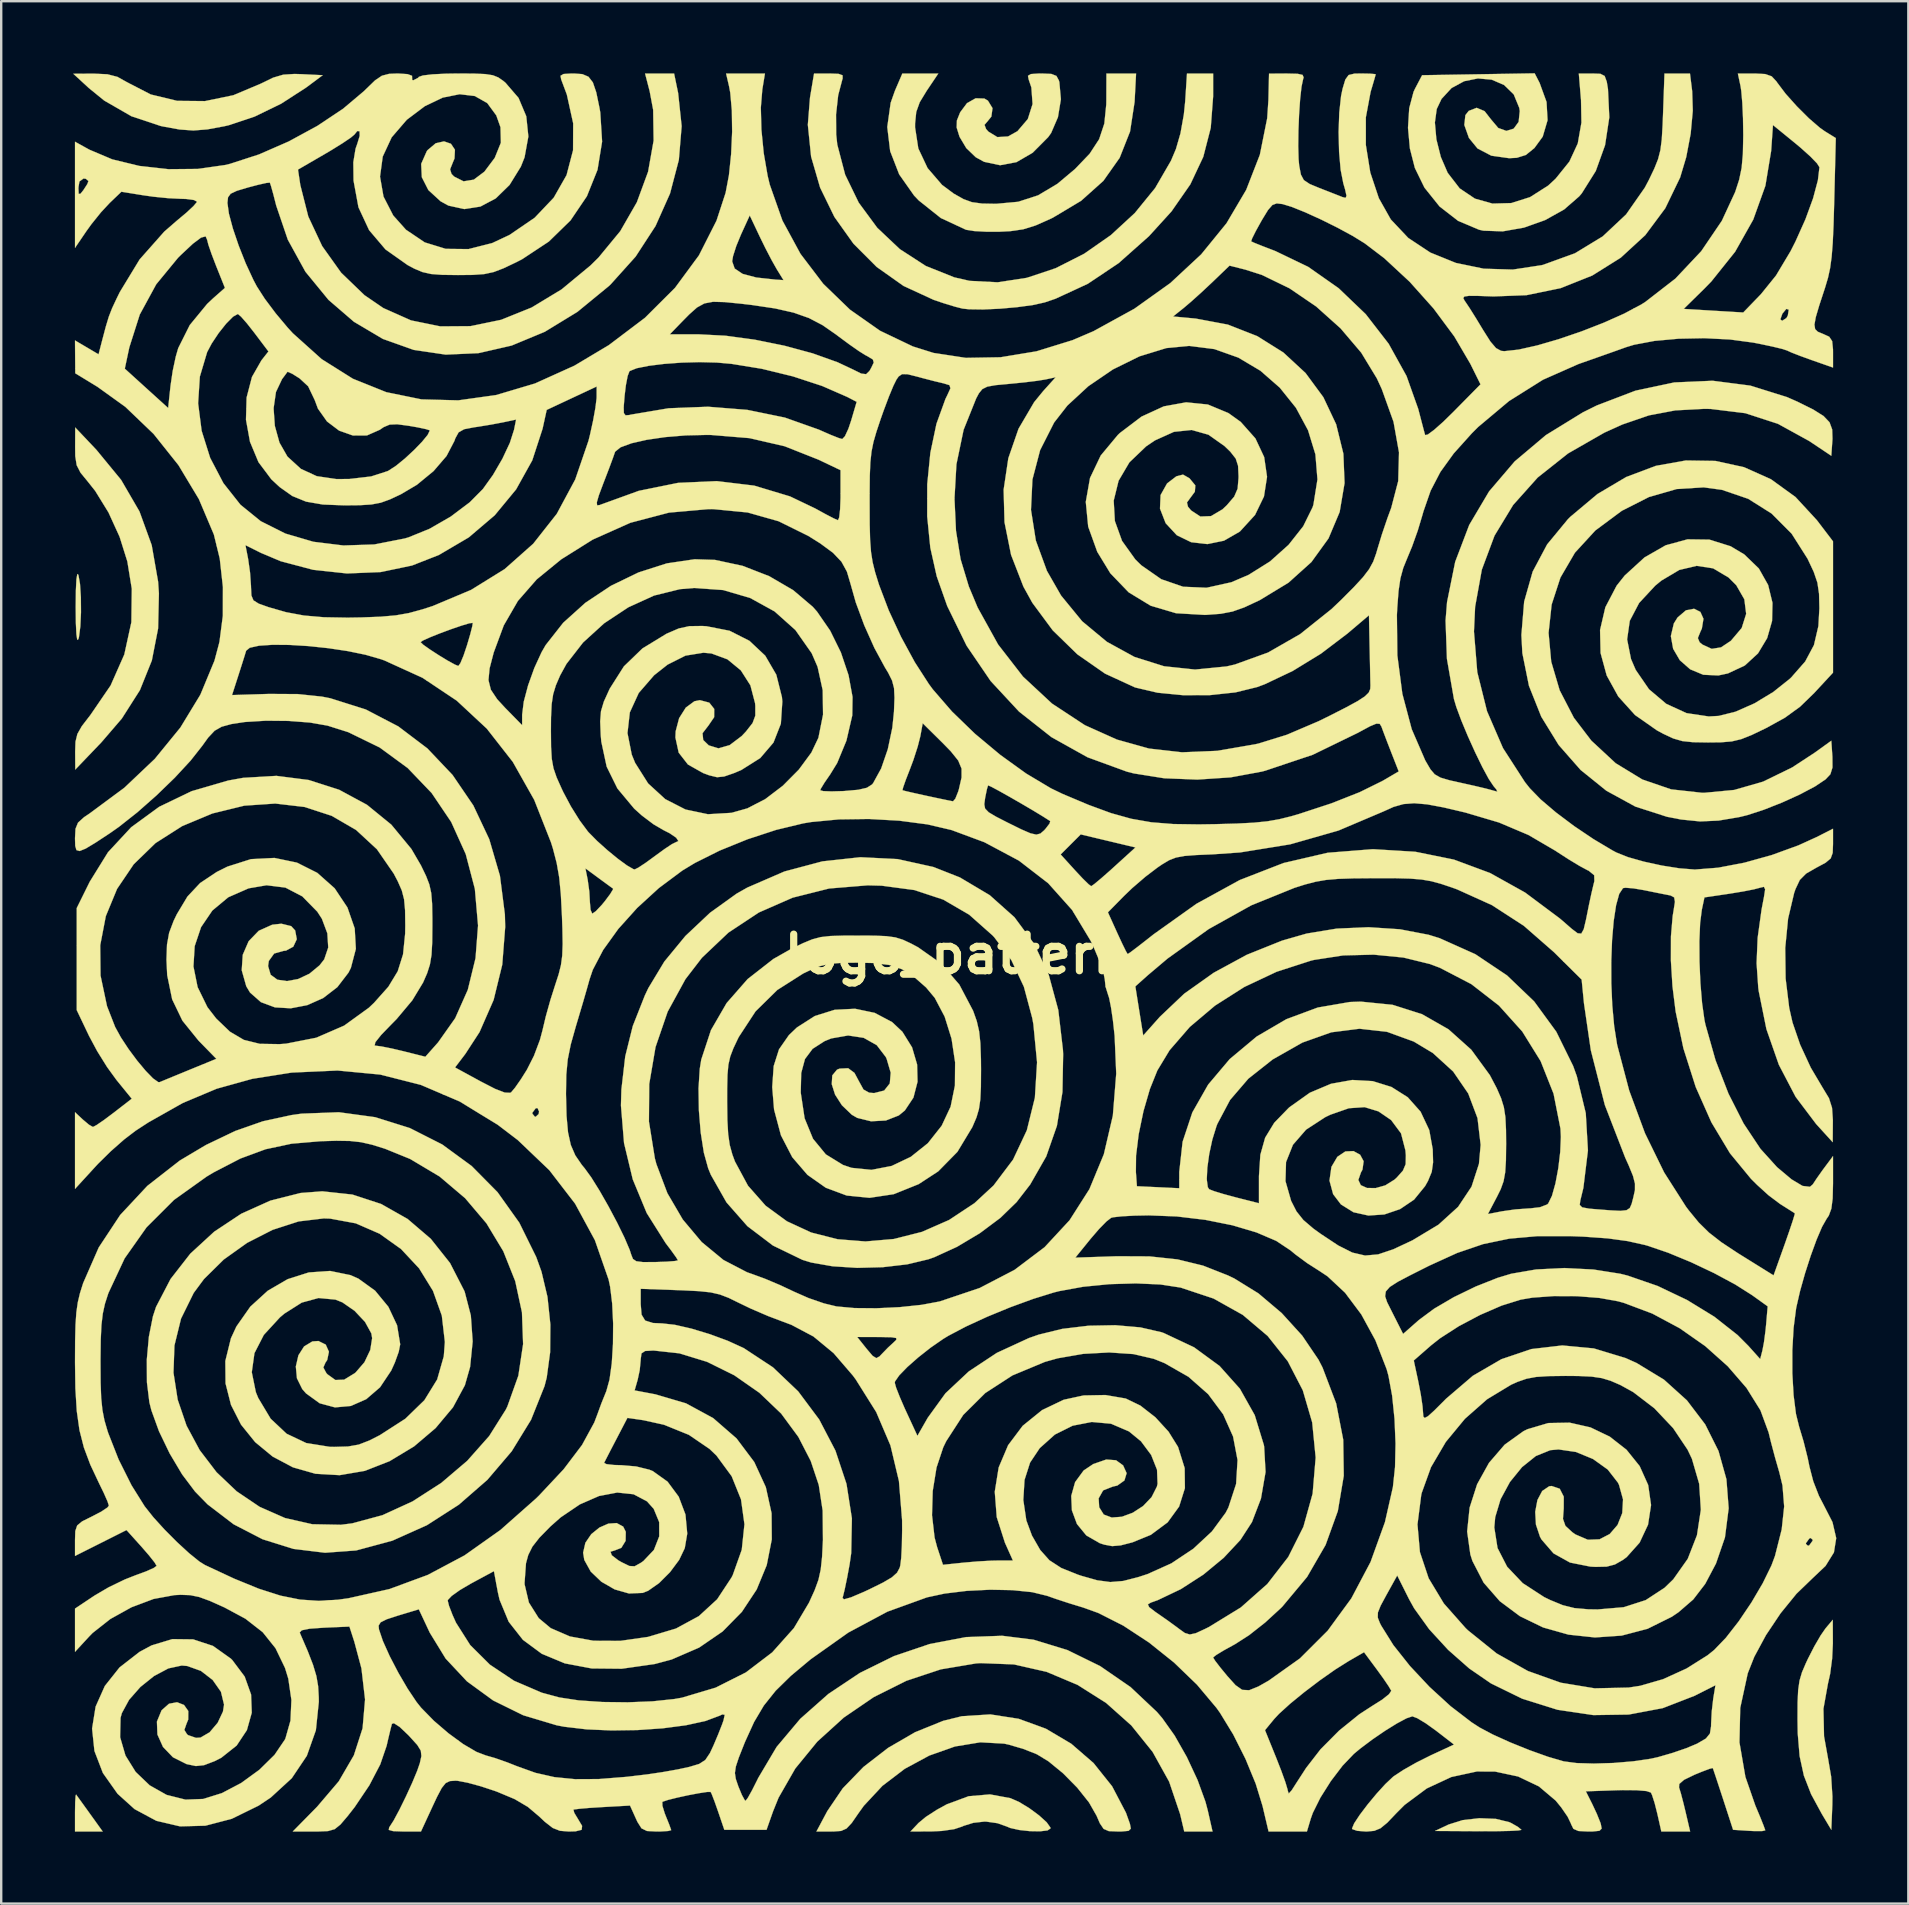
<source format=kicad_pcb>
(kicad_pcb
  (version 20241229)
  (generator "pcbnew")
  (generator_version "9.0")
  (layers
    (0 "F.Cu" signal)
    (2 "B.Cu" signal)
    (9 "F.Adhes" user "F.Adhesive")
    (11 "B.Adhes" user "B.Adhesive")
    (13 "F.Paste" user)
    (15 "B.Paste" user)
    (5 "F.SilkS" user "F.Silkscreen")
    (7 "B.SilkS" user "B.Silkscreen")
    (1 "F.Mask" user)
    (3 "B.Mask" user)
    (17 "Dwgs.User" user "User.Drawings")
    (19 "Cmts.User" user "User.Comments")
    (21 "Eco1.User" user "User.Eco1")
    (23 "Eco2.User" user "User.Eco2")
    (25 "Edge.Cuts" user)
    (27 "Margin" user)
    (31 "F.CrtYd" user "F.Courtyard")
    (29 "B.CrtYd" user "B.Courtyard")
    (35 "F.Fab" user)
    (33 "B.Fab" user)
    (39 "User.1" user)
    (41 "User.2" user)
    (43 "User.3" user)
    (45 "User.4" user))
  (footprint "logo_pattern"
    (layer "F.Cu")
    (at 36.764 36.701)
    (property "Reference" "logo_pattern" (at 0 0 0) (layer "F.SilkS") (effects (font (size 1.524 1.524) (thickness 0.3))))
    (attr through_hole)
    (fp_poly (pts (xy -36.546 35.144) (xy -36.33 35.443) (xy -36.068 35.807) (xy -35.536 36.548) (xy -36.689 36.548) (xy -36.689 35.748) (xy -36.682 35.328) (xy -36.664 35.062) (xy -36.645 35.007) (xy -36.546 35.144)) (stroke (width 0.01) (type solid)) (fill yes) (layer "F.SilkS"))
    (fp_poly (pts (xy -36.548 -15.804) (xy -36.481 -15.424) (xy -36.445 -14.868) (xy -36.44 -14.244) (xy -36.467 -13.657) (xy -36.524 -13.213) (xy -36.548 -13.123) (xy -36.596 -13.095) (xy -36.631 -13.33) (xy -36.654 -13.809) (xy -36.661 -14.464) (xy -36.653 -15.155) (xy -36.63 -15.619) (xy -36.593 -15.839) (xy -36.548 -15.804)) (stroke (width 0.01) (type solid)) (fill yes) (layer "F.SilkS"))
    (fp_poly (pts (xy 22.502 36.022) (xy 23.065 36.16) (xy 23.149 36.199) (xy 23.432 36.363) (xy 23.564 36.475) (xy 23.566 36.481) (xy 23.433 36.505) (xy 23.072 36.524) (xy 22.534 36.535) (xy 21.872 36.537) (xy 21.766 36.536) (xy 19.967 36.525) (xy 20.532 36.258) (xy 21.121 36.073) (xy 21.816 35.994) (xy 22.502 36.022)) (stroke (width 0.01) (type solid)) (fill yes) (layer "F.SilkS"))
    (fp_poly (pts (xy 36.542 28.716) (xy 36.511 29.347) (xy 36.428 29.981) (xy 36.335 30.397) (xy 36.149 31.435) (xy 36.174 32.583) (xy 36.343 33.52) (xy 36.47 34.258) (xy 36.523 35.089) (xy 36.519 35.434) (xy 36.477 36.477) (xy 36.083 35.819) (xy 35.635 34.993) (xy 35.334 34.22) (xy 35.157 33.407) (xy 35.078 32.46) (xy 35.069 31.891) (xy 35.072 31.172) (xy 35.096 30.657) (xy 35.152 30.265) (xy 35.254 29.918) (xy 35.417 29.536) (xy 35.504 29.351) (xy 35.769 28.834) (xy 36.036 28.375) (xy 36.24 28.081) (xy 36.538 27.728) (xy 36.542 28.716)) (stroke (width 0.01) (type solid)) (fill yes) (layer "F.SilkS"))
    (fp_poly (pts (xy -35.34 -36.657) (xy -34.921 -36.549) (xy -34.54 -36.335) (xy -33.532 -35.815) (xy -32.433 -35.55) (xy -31.276 -35.539) (xy -30.093 -35.784) (xy -28.949 -36.266) (xy -28.435 -36.516) (xy -28.014 -36.64) (xy -27.546 -36.67) (xy -27.249 -36.661) (xy -26.371 -36.618) (xy -27.065 -36.101) (xy -28.1 -35.432) (xy -29.209 -34.893) (xy -30.286 -34.534) (xy -30.463 -34.493) (xy -31.177 -34.361) (xy -31.757 -34.315) (xy -32.333 -34.356) (xy -33.034 -34.484) (xy -33.126 -34.504) (xy -34.339 -34.908) (xy -35.473 -35.562) (xy -36.114 -36.084) (xy -36.759 -36.678) (xy -35.91 -36.683) (xy -35.34 -36.657)) (stroke (width 0.01) (type solid)) (fill yes) (layer "F.SilkS"))
    (fp_poly (pts (xy 2.278 35.159) (xy 2.644 35.32) (xy 3.066 35.577) (xy 3.472 35.877) (xy 3.789 36.164) (xy 3.946 36.384) (xy 3.951 36.418) (xy 3.827 36.503) (xy 3.511 36.54) (xy 3.089 36.533) (xy 2.648 36.485) (xy 2.272 36.401) (xy 2.117 36.336) (xy 1.739 36.202) (xy 1.27 36.136) (xy 1.199 36.134) (xy 0.735 36.186) (xy 0.329 36.312) (xy 0.282 36.336) (xy -0.065 36.451) (xy -0.583 36.525) (xy -0.977 36.543) (xy -1.884 36.548) (xy -1.55 36.193) (xy -1.245 35.94) (xy -0.79 35.645) (xy -0.374 35.416) (xy 0.539 35.078) (xy 1.428 35.002) (xy 2.278 35.159)) (stroke (width 0.01) (type solid)) (fill yes) (layer "F.SilkS"))
    (fp_poly (pts (xy -35.802 -21.016) (xy -34.768 -19.759) (xy -34.003 -18.443) (xy -33.494 -17.04) (xy -33.228 -15.523) (xy -33.194 -15.027) (xy -33.228 -13.566) (xy -33.488 -12.236) (xy -33.986 -10.999) (xy -34.739 -9.817) (xy -35.59 -8.827) (xy -36.678 -7.691) (xy -36.683 -8.433) (xy -36.669 -8.852) (xy -36.59 -9.175) (xy -36.405 -9.501) (xy -36.074 -9.931) (xy -36.053 -9.957) (xy -35.206 -11.195) (xy -34.635 -12.487) (xy -34.341 -13.831) (xy -34.324 -15.224) (xy -34.509 -16.361) (xy -34.832 -17.389) (xy -35.295 -18.403) (xy -35.846 -19.297) (xy -36.146 -19.676) (xy -36.459 -20.058) (xy -36.62 -20.372) (xy -36.679 -20.747) (xy -36.684 -21.118) (xy -36.68 -21.943) (xy -35.802 -21.016)) (stroke (width 0.01) (type solid)) (fill yes) (layer "F.SilkS"))
    (fp_poly (pts (xy 3.986 -36.671) (xy 4.197 -36.588) (xy 4.299 -36.398) (xy 4.318 -36.328) (xy 4.382 -35.615) (xy 4.259 -34.869) (xy 3.976 -34.212) (xy 3.852 -34.038) (xy 3.206 -33.388) (xy 2.532 -32.996) (xy 1.85 -32.868) (xy 1.182 -33.01) (xy 0.837 -33.199) (xy 0.44 -33.581) (xy 0.159 -34.053) (xy 0.039 -34.439) (xy 0.05 -34.733) (xy 0.185 -35.071) (xy 0.471 -35.455) (xy 0.832 -35.657) (xy 1.196 -35.645) (xy 1.342 -35.558) (xy 1.533 -35.245) (xy 1.486 -34.895) (xy 1.337 -34.71) (xy 1.2 -34.55) (xy 1.264 -34.38) (xy 1.359 -34.27) (xy 1.734 -34.04) (xy 2.179 -34.066) (xy 2.572 -34.285) (xy 3.004 -34.792) (xy 3.202 -35.417) (xy 3.152 -36.107) (xy 3.039 -36.442) (xy 3.01 -36.593) (xy 3.132 -36.666) (xy 3.465 -36.688) (xy 3.581 -36.689) (xy 3.986 -36.671)) (stroke (width 0.01) (type solid)) (fill yes) (layer "F.SilkS"))
    (fp_poly (pts (xy 2.624 31.853) (xy 3.759 32.267) (xy 4.811 32.89) (xy 5.743 33.697) (xy 6.516 34.665) (xy 7.094 35.769) (xy 7.258 36.23) (xy 7.296 36.428) (xy 7.202 36.52) (xy 6.913 36.546) (xy 6.748 36.547) (xy 6.379 36.532) (xy 6.162 36.44) (xy 6.003 36.203) (xy 5.87 35.894) (xy 5.552 35.336) (xy 5.061 34.72) (xy 4.472 34.123) (xy 3.861 33.622) (xy 3.382 33.331) (xy 2.832 33.112) (xy 2.217 32.931) (xy 2.017 32.887) (xy 1.025 32.832) (xy -0.032 33.006) (xy -1.101 33.384) (xy -2.126 33.938) (xy -3.053 34.645) (xy -3.828 35.476) (xy -4.043 35.776) (xy -4.331 36.192) (xy -4.548 36.423) (xy -4.774 36.524) (xy -5.088 36.547) (xy -5.179 36.548) (xy -5.802 36.548) (xy -5.349 35.698) (xy -4.707 34.751) (xy -3.843 33.859) (xy -2.818 33.065) (xy -1.692 32.411) (xy -0.526 31.939) (xy 0.257 31.745) (xy 1.444 31.67) (xy 2.624 31.853)) (stroke (width 0.01) (type solid)) (fill yes) (layer "F.SilkS"))
    (fp_poly (pts (xy -1.209 -35.969) (xy -1.498 -35.494) (xy -1.644 -35.088) (xy -1.692 -34.613) (xy -1.693 -34.446) (xy -1.558 -33.567) (xy -1.172 -32.749) (xy -0.569 -32.048) (xy -0.082 -31.685) (xy 0.321 -31.457) (xy 0.677 -31.328) (xy 1.097 -31.271) (xy 1.682 -31.26) (xy 2.602 -31.345) (xy 3.432 -31.614) (xy 4.238 -32.095) (xy 4.971 -32.711) (xy 5.581 -33.348) (xy 5.975 -33.951) (xy 6.192 -34.605) (xy 6.272 -35.398) (xy 6.275 -35.595) (xy 6.279 -36.689) (xy 6.897 -36.689) (xy 7.514 -36.689) (xy 7.452 -35.503) (xy 7.263 -34.271) (xy 6.83 -33.177) (xy 6.151 -32.216) (xy 5.224 -31.386) (xy 4.044 -30.681) (xy 3.951 -30.636) (xy 3.328 -30.359) (xy 2.813 -30.199) (xy 2.279 -30.121) (xy 1.834 -30.098) (xy 1.265 -30.098) (xy 0.764 -30.126) (xy 0.436 -30.178) (xy 0.423 -30.182) (xy -0.619 -30.667) (xy -1.539 -31.4) (xy -1.735 -31.606) (xy -2.355 -32.487) (xy -2.73 -33.453) (xy -2.851 -34.461) (xy -2.71 -35.467) (xy -2.534 -35.965) (xy -2.223 -36.689) (xy -0.725 -36.689) (xy -1.209 -35.969)) (stroke (width 0.01) (type solid)) (fill yes) (layer "F.SilkS"))
    (fp_poly (pts (xy -4.877 -36.674) (xy -4.712 -36.613) (xy -4.711 -36.477) (xy -4.723 -36.442) (xy -4.896 -35.786) (xy -4.985 -34.981) (xy -4.979 -34.149) (xy -4.934 -33.729) (xy -4.606 -32.475) (xy -4.04 -31.308) (xy -3.269 -30.262) (xy -2.327 -29.372) (xy -1.247 -28.672) (xy -0.062 -28.197) (xy 0.579 -28.051) (xy 1.746 -27.991) (xy 2.956 -28.176) (xy 4.171 -28.581) (xy 5.353 -29.182) (xy 6.462 -29.955) (xy 7.46 -30.875) (xy 8.308 -31.916) (xy 8.968 -33.055) (xy 9.175 -33.544) (xy 9.363 -34.194) (xy 9.504 -34.98) (xy 9.56 -35.525) (xy 9.635 -36.689) (xy 10.724 -36.689) (xy 10.724 -35.731) (xy 10.625 -34.427) (xy 10.314 -33.219) (xy 9.774 -32.071) (xy 8.99 -30.945) (xy 8.05 -29.911) (xy 6.789 -28.79) (xy 5.503 -27.929) (xy 4.156 -27.306) (xy 3.706 -27.153) (xy 3.223 -27.045) (xy 2.569 -26.956) (xy 1.843 -26.891) (xy 1.139 -26.859) (xy 0.553 -26.867) (xy 0.282 -26.896) (xy -0.039 -26.978) (xy -0.51 -27.122) (xy -0.917 -27.259) (xy -2.171 -27.837) (xy -3.292 -28.63) (xy -4.26 -29.6) (xy -5.053 -30.713) (xy -5.648 -31.933) (xy -6.024 -33.225) (xy -6.16 -34.553) (xy -6.07 -35.687) (xy -5.901 -36.689) (xy -5.264 -36.689) (xy -4.877 -36.674)) (stroke (width 0.01) (type solid)) (fill yes) (layer "F.SilkS"))
    (fp_poly (pts (xy 24.324 -36.299) (xy 24.614 -35.503) (xy 24.656 -34.742) (xy 24.455 -34.06) (xy 24.108 -33.584) (xy 23.754 -33.296) (xy 23.375 -33.177) (xy 23.054 -33.161) (xy 22.314 -33.265) (xy 21.738 -33.566) (xy 21.381 -34.003) (xy 21.188 -34.545) (xy 21.233 -34.955) (xy 21.372 -35.131) (xy 21.703 -35.26) (xy 22.032 -35.121) (xy 22.295 -34.784) (xy 22.602 -34.42) (xy 22.94 -34.298) (xy 23.244 -34.391) (xy 23.451 -34.674) (xy 23.498 -35.123) (xy 23.478 -35.256) (xy 23.246 -35.819) (xy 22.844 -36.21) (xy 22.33 -36.432) (xy 21.756 -36.484) (xy 21.18 -36.367) (xy 20.656 -36.083) (xy 20.239 -35.631) (xy 20.039 -35.21) (xy 19.962 -34.647) (xy 20.024 -33.948) (xy 20.209 -33.213) (xy 20.495 -32.551) (xy 20.995 -31.903) (xy 21.632 -31.475) (xy 22.361 -31.27) (xy 23.141 -31.291) (xy 23.927 -31.539) (xy 24.678 -32.017) (xy 24.994 -32.31) (xy 25.565 -33.019) (xy 25.915 -33.775) (xy 26.067 -34.641) (xy 26.05 -35.582) (xy 25.958 -36.689) (xy 26.517 -36.689) (xy 26.858 -36.676) (xy 27.035 -36.586) (xy 27.123 -36.346) (xy 27.173 -36.04) (xy 27.228 -34.863) (xy 27.052 -33.704) (xy 26.665 -32.628) (xy 26.083 -31.7) (xy 25.973 -31.57) (xy 25.347 -31.025) (xy 24.553 -30.582) (xy 23.674 -30.269) (xy 22.79 -30.113) (xy 21.984 -30.141) (xy 21.802 -30.181) (xy 20.93 -30.549) (xy 20.156 -31.15) (xy 19.527 -31.935) (xy 19.128 -32.753) (xy 18.921 -33.566) (xy 18.842 -34.427) (xy 18.893 -35.243) (xy 19.073 -35.924) (xy 19.134 -36.054) (xy 19.43 -36.618) (xy 21.775 -36.657) (xy 24.119 -36.696) (xy 24.324 -36.299)) (stroke (width 0.01) (type solid)) (fill yes) (layer "F.SilkS"))
    (fp_poly (pts (xy 31.649 -20.549) (xy 32.839 -20.289) (xy 33.961 -19.787) (xy 34.987 -19.044) (xy 35.877 -18.079) (xy 36.548 -17.199) (xy 36.548 -11.728) (xy 35.755 -10.872) (xy 35.175 -10.31) (xy 34.547 -9.854) (xy 33.76 -9.42) (xy 33.755 -9.418) (xy 33.166 -9.135) (xy 32.725 -8.959) (xy 32.329 -8.864) (xy 31.878 -8.827) (xy 31.337 -8.821) (xy 30.717 -8.831) (xy 30.273 -8.878) (xy 29.896 -8.986) (xy 29.48 -9.18) (xy 29.21 -9.326) (xy 28.3 -9.963) (xy 27.601 -10.737) (xy 27.12 -11.61) (xy 26.865 -12.546) (xy 26.843 -13.506) (xy 27.064 -14.454) (xy 27.533 -15.351) (xy 27.869 -15.774) (xy 28.696 -16.53) (xy 29.578 -17.035) (xy 30.487 -17.283) (xy 31.398 -17.271) (xy 32.283 -16.994) (xy 32.853 -16.653) (xy 33.458 -16.068) (xy 33.845 -15.381) (xy 34.026 -14.637) (xy 34.009 -13.884) (xy 33.805 -13.168) (xy 33.424 -12.533) (xy 32.875 -12.028) (xy 32.17 -11.697) (xy 31.769 -11.612) (xy 31.143 -11.641) (xy 30.597 -11.868) (xy 30.167 -12.246) (xy 29.887 -12.724) (xy 29.792 -13.252) (xy 29.917 -13.78) (xy 30.073 -14.029) (xy 30.422 -14.326) (xy 30.759 -14.391) (xy 31.022 -14.26) (xy 31.151 -13.973) (xy 31.084 -13.565) (xy 31.027 -13.443) (xy 30.917 -13.17) (xy 30.992 -12.994) (xy 31.111 -12.897) (xy 31.495 -12.72) (xy 31.884 -12.783) (xy 32.294 -13.057) (xy 32.744 -13.589) (xy 32.93 -14.178) (xy 32.854 -14.785) (xy 32.517 -15.372) (xy 32.196 -15.693) (xy 31.554 -16.074) (xy 30.867 -16.179) (xy 30.145 -16.008) (xy 29.396 -15.563) (xy 29.139 -15.351) (xy 28.47 -14.631) (xy 28.081 -13.889) (xy 27.97 -13.114) (xy 28.133 -12.296) (xy 28.328 -11.844) (xy 28.882 -11.037) (xy 29.603 -10.428) (xy 30.447 -10.042) (xy 31.372 -9.904) (xy 31.789 -9.927) (xy 32.49 -10.103) (xy 33.277 -10.451) (xy 34.059 -10.924) (xy 34.746 -11.472) (xy 34.808 -11.531) (xy 35.389 -12.194) (xy 35.754 -12.879) (xy 35.939 -13.67) (xy 35.98 -14.41) (xy 35.966 -15.014) (xy 35.898 -15.477) (xy 35.745 -15.927) (xy 35.488 -16.474) (xy 34.824 -17.518) (xy 33.99 -18.356) (xy 33.014 -18.971) (xy 31.923 -19.344) (xy 31.162 -19.448) (xy 30.035 -19.378) (xy 28.884 -19.047) (xy 27.747 -18.47) (xy 26.658 -17.661) (xy 26.639 -17.644) (xy 25.797 -16.727) (xy 25.192 -15.69) (xy 24.826 -14.565) (xy 24.698 -13.386) (xy 24.809 -12.185) (xy 25.16 -10.995) (xy 25.752 -9.85) (xy 26.481 -8.895) (xy 27.493 -7.956) (xy 28.603 -7.279) (xy 29.804 -6.867) (xy 31.092 -6.724) (xy 31.186 -6.724) (xy 32.43 -6.842) (xy 33.635 -7.189) (xy 34.844 -7.779) (xy 35.772 -8.386) (xy 36.477 -8.893) (xy 36.522 -8.223) (xy 36.525 -7.777) (xy 36.439 -7.498) (xy 36.239 -7.284) (xy 35.795 -6.987) (xy 35.162 -6.653) (xy 34.425 -6.318) (xy 33.667 -6.019) (xy 32.974 -5.793) (xy 32.667 -5.717) (xy 31.781 -5.566) (xy 31.01 -5.531) (xy 30.213 -5.612) (xy 29.633 -5.724) (xy 28.316 -6.148) (xy 27.107 -6.809) (xy 26.033 -7.675) (xy 25.12 -8.714) (xy 24.394 -9.893) (xy 23.881 -11.18) (xy 23.606 -12.542) (xy 23.566 -13.299) (xy 23.681 -14.688) (xy 24.035 -15.936) (xy 24.638 -17.071) (xy 25.502 -18.119) (xy 25.603 -18.22) (xy 26.736 -19.171) (xy 27.933 -19.88) (xy 29.169 -20.345) (xy 30.417 -20.568) (xy 31.649 -20.549)) (stroke (width 0.01) (type solid)) (fill yes) (layer "F.SilkS"))
    (fp_poly (pts (xy -11.564 -35.877) (xy -11.417 -34.496) (xy -11.534 -33.088) (xy -11.901 -31.69) (xy -12.505 -30.336) (xy -13.334 -29.062) (xy -14.375 -27.904) (xy -14.442 -27.84) (xy -15.761 -26.758) (xy -17.119 -25.929) (xy -18.499 -25.356) (xy -19.881 -25.039) (xy -21.248 -24.978) (xy -22.581 -25.175) (xy -23.862 -25.631) (xy -25.071 -26.347) (xy -26.129 -27.259) (xy -27.09 -28.431) (xy -27.824 -29.766) (xy -28.307 -31.186) (xy -28.427 -31.655) (xy -28.523 -31.999) (xy -28.572 -32.144) (xy -28.716 -32.13) (xy -29.055 -32.054) (xy -29.474 -31.944) (xy -29.946 -31.803) (xy -30.205 -31.681) (xy -30.315 -31.53) (xy -30.339 -31.304) (xy -30.339 -31.293) (xy -30.278 -30.85) (xy -30.113 -30.233) (xy -29.87 -29.517) (xy -29.577 -28.778) (xy -29.259 -28.091) (xy -29.114 -27.818) (xy -28.784 -27.305) (xy -28.329 -26.698) (xy -27.826 -26.098) (xy -27.614 -25.867) (xy -26.414 -24.79) (xy -25.112 -23.972) (xy -23.721 -23.413) (xy -22.254 -23.113) (xy -20.724 -23.073) (xy -19.144 -23.294) (xy -17.526 -23.776) (xy -15.882 -24.519) (xy -14.45 -25.374) (xy -13.856 -25.823) (xy -11.911 -25.823) (xy -10.701 -25.823) (xy -9.587 -25.765) (xy -8.371 -25.6) (xy -7.135 -25.349) (xy -5.958 -25.03) (xy -4.922 -24.66) (xy -4.292 -24.364) (xy -3.936 -24.188) (xy -3.733 -24.163) (xy -3.593 -24.298) (xy -3.521 -24.424) (xy -3.415 -24.646) (xy -3.45 -24.774) (xy -3.674 -24.91) (xy -3.768 -24.959) (xy -4.027 -25.121) (xy -4.428 -25.401) (xy -4.895 -25.746) (xy -4.988 -25.817) (xy -5.546 -26.205) (xy -6.114 -26.502) (xy -6.752 -26.727) (xy -7.525 -26.902) (xy -8.493 -27.046) (xy -8.926 -27.097) (xy -9.619 -27.166) (xy -10.109 -27.179) (xy -10.469 -27.111) (xy -10.776 -26.943) (xy -11.104 -26.651) (xy -11.353 -26.399) (xy -11.911 -25.823) (xy -13.856 -25.823) (xy -12.945 -26.512) (xy -11.694 -27.759) (xy -10.88 -28.864) (xy -9.313 -28.864) (xy -9.208 -28.564) (xy -8.878 -28.342) (xy -8.308 -28.19) (xy -7.503 -28.102) (xy -7.174 -28.081) (xy -7.457 -28.54) (xy -7.667 -28.912) (xy -7.932 -29.421) (xy -8.16 -29.887) (xy -8.581 -30.776) (xy -8.947 -29.976) (xy -9.143 -29.499) (xy -9.276 -29.082) (xy -9.313 -28.864) (xy -10.88 -28.864) (xy -10.699 -29.109) (xy -9.965 -30.558) (xy -9.586 -31.717) (xy -9.447 -32.451) (xy -9.356 -33.33) (xy -9.314 -34.259) (xy -9.326 -35.145) (xy -9.393 -35.893) (xy -9.443 -36.16) (xy -9.566 -36.689) (xy -7.947 -36.689) (xy -8.057 -36.019) (xy -8.118 -35.269) (xy -8.095 -34.353) (xy -7.998 -33.371) (xy -7.834 -32.423) (xy -7.747 -32.061) (xy -7.219 -30.563) (xy -6.467 -29.176) (xy -5.519 -27.929) (xy -4.404 -26.851) (xy -3.15 -25.971) (xy -1.786 -25.319) (xy -0.923 -25.048) (xy 0.419 -24.843) (xy 1.865 -24.868) (xy 3.365 -25.116) (xy 4.867 -25.58) (xy 5.744 -25.956) (xy 7.444 -26.89) (xy 8.942 -27.96) (xy 10.225 -29.153) (xy 10.668 -29.696) (xy 12.308 -29.696) (xy 12.449 -29.631) (xy 12.787 -29.496) (xy 13.25 -29.318) (xy 13.315 -29.293) (xy 14.685 -28.634) (xy 15.953 -27.744) (xy 17.081 -26.664) (xy 18.036 -25.431) (xy 18.781 -24.086) (xy 19.268 -22.716) (xy 19.397 -22.222) (xy 19.501 -21.827) (xy 19.556 -21.625) (xy 19.667 -21.649) (xy 19.931 -21.844) (xy 20.309 -22.179) (xy 20.734 -22.595) (xy 21.863 -23.74) (xy 21.44 -24.594) (xy 20.771 -25.735) (xy 19.906 -26.9) (xy 18.912 -28.012) (xy 17.855 -28.993) (xy 17.04 -29.613) (xy 16.543 -29.92) (xy 15.915 -30.261) (xy 15.232 -30.601) (xy 14.569 -30.903) (xy 14.001 -31.132) (xy 13.614 -31.25) (xy 13.373 -31.278) (xy 13.193 -31.211) (xy 13.01 -31.001) (xy 12.764 -30.598) (xy 12.728 -30.535) (xy 12.5 -30.123) (xy 12.349 -29.82) (xy 12.308 -29.696) (xy 10.668 -29.696) (xy 11.282 -30.451) (xy 12.101 -31.84) (xy 12.67 -33.302) (xy 12.976 -34.823) (xy 13.027 -35.581) (xy 13.053 -36.686) (xy 13.809 -36.687) (xy 14.243 -36.677) (xy 14.452 -36.63) (xy 14.494 -36.525) (xy 14.471 -36.445) (xy 14.406 -36.138) (xy 14.349 -35.627) (xy 14.305 -34.991) (xy 14.277 -34.309) (xy 14.269 -33.658) (xy 14.284 -33.118) (xy 14.309 -32.851) (xy 14.381 -32.476) (xy 14.503 -32.248) (xy 14.75 -32.084) (xy 15.14 -31.922) (xy 15.594 -31.745) (xy 15.966 -31.599) (xy 16.111 -31.541) (xy 16.244 -31.508) (xy 16.28 -31.595) (xy 16.221 -31.86) (xy 16.147 -32.114) (xy 16.036 -32.679) (xy 15.971 -33.424) (xy 15.951 -34.25) (xy 15.979 -35.06) (xy 16.054 -35.754) (xy 16.116 -36.052) (xy 16.232 -36.438) (xy 16.368 -36.625) (xy 16.611 -36.684) (xy 16.892 -36.689) (xy 17.26 -36.682) (xy 17.474 -36.663) (xy 17.496 -36.654) (xy 17.458 -36.511) (xy 17.362 -36.183) (xy 17.285 -35.926) (xy 17.086 -34.862) (xy 17.086 -33.714) (xy 17.271 -32.564) (xy 17.628 -31.493) (xy 18.125 -30.61) (xy 18.853 -29.838) (xy 19.773 -29.229) (xy 20.838 -28.797) (xy 21.999 -28.557) (xy 23.208 -28.521) (xy 24.418 -28.705) (xy 24.477 -28.721) (xy 25.798 -29.2) (xy 26.953 -29.903) (xy 27.927 -30.817) (xy 28.706 -31.932) (xy 28.877 -32.255) (xy 29.105 -32.732) (xy 29.259 -33.118) (xy 29.356 -33.495) (xy 29.414 -33.944) (xy 29.449 -34.546) (xy 29.467 -35.009) (xy 29.527 -36.689) (xy 30.589 -36.689) (xy 30.681 -35.948) (xy 30.706 -35.133) (xy 30.618 -34.181) (xy 30.433 -33.206) (xy 30.18 -32.36) (xy 29.56 -31.075) (xy 28.726 -29.954) (xy 27.704 -29.015) (xy 26.521 -28.274) (xy 25.203 -27.748) (xy 23.776 -27.454) (xy 22.404 -27.402) (xy 21.777 -27.424) (xy 21.387 -27.427) (xy 21.19 -27.399) (xy 21.144 -27.334) (xy 21.202 -27.222) (xy 21.24 -27.169) (xy 21.416 -26.905) (xy 21.678 -26.487) (xy 21.97 -26.005) (xy 21.973 -26) (xy 22.276 -25.522) (xy 22.508 -25.25) (xy 22.719 -25.135) (xy 22.855 -25.121) (xy 23.451 -25.187) (xy 24.23 -25.362) (xy 25.126 -25.623) (xy 26.072 -25.946) (xy 27.002 -26.309) (xy 27.307 -26.445) (xy 34.354 -26.445) (xy 34.431 -26.388) (xy 34.606 -26.501) (xy 34.665 -26.606) (xy 34.703 -26.851) (xy 34.603 -26.883) (xy 34.438 -26.682) (xy 34.354 -26.445) (xy 27.307 -26.445) (xy 27.849 -26.687) (xy 28.214 -26.882) (xy 30.328 -26.882) (xy 31.568 -26.807) (xy 32.808 -26.733) (xy 33.548 -27.499) (xy 34.173 -28.273) (xy 34.779 -29.286) (xy 34.984 -29.69) (xy 35.399 -30.616) (xy 35.717 -31.487) (xy 35.918 -32.241) (xy 35.983 -32.785) (xy 35.88 -32.947) (xy 35.605 -33.232) (xy 35.208 -33.589) (xy 35.015 -33.751) (xy 34.046 -34.542) (xy 33.971 -33.464) (xy 33.731 -32.014) (xy 33.225 -30.603) (xy 32.469 -29.262) (xy 31.478 -28.024) (xy 31.189 -27.728) (xy 30.328 -26.882) (xy 28.214 -26.882) (xy 28.548 -27.059) (xy 28.722 -27.168) (xy 29.983 -28.146) (xy 31.058 -29.287) (xy 31.917 -30.553) (xy 32.471 -31.75) (xy 32.638 -32.263) (xy 32.741 -32.759) (xy 32.793 -33.337) (xy 32.808 -34.092) (xy 32.808 -34.149) (xy 32.798 -34.831) (xy 32.769 -35.466) (xy 32.726 -35.962) (xy 32.696 -36.16) (xy 32.584 -36.689) (xy 33.28 -36.689) (xy 33.724 -36.666) (xy 33.993 -36.571) (xy 34.191 -36.359) (xy 34.227 -36.304) (xy 34.577 -35.842) (xy 35.043 -35.321) (xy 35.544 -34.822) (xy 36.002 -34.427) (xy 36.203 -34.285) (xy 36.664 -34) (xy 36.598 -31.358) (xy 36.57 -30.378) (xy 36.536 -29.626) (xy 36.49 -29.046) (xy 36.427 -28.583) (xy 36.34 -28.182) (xy 36.223 -27.788) (xy 36.204 -27.728) (xy 35.973 -27.024) (xy 35.83 -26.54) (xy 35.774 -26.228) (xy 35.803 -26.041) (xy 35.914 -25.931) (xy 36.106 -25.851) (xy 36.125 -25.844) (xy 36.39 -25.723) (xy 36.512 -25.54) (xy 36.547 -25.199) (xy 36.548 -25.068) (xy 36.548 -24.439) (xy 35.666 -24.748) (xy 35.191 -24.92) (xy 34.818 -25.065) (xy 34.637 -25.148) (xy 34.441 -25.213) (xy 34.037 -25.311) (xy 33.499 -25.425) (xy 33.226 -25.478) (xy 32.255 -25.608) (xy 31.191 -25.662) (xy 30.116 -25.641) (xy 29.114 -25.55) (xy 28.265 -25.39) (xy 27.94 -25.292) (xy 27.434 -25.111) (xy 26.783 -24.881) (xy 26.107 -24.643) (xy 25.942 -24.585) (xy 24.466 -23.932) (xy 23.05 -23.043) (xy 21.766 -21.965) (xy 21.501 -21.7) (xy 20.747 -20.861) (xy 20.191 -20.09) (xy 19.785 -19.309) (xy 19.484 -18.443) (xy 19.443 -18.295) (xy 19.249 -17.649) (xy 19.011 -16.982) (xy 18.815 -16.51) (xy 18.644 -16.09) (xy 18.526 -15.658) (xy 18.448 -15.132) (xy 18.395 -14.431) (xy 18.38 -14.133) (xy 18.398 -12.45) (xy 18.607 -10.846) (xy 18.998 -9.372) (xy 19.559 -8.077) (xy 19.587 -8.027) (xy 19.777 -7.702) (xy 19.955 -7.493) (xy 20.198 -7.355) (xy 20.579 -7.243) (xy 21.065 -7.135) (xy 21.621 -7.011) (xy 22.088 -6.9) (xy 22.382 -6.821) (xy 22.416 -6.81) (xy 22.564 -6.772) (xy 22.522 -6.865) (xy 22.407 -7.002) (xy 22.206 -7.302) (xy 21.939 -7.795) (xy 21.639 -8.412) (xy 21.336 -9.082) (xy 21.064 -9.734) (xy 20.855 -10.298) (xy 20.756 -10.63) (xy 20.464 -12.304) (xy 20.407 -13.899) (xy 20.469 -14.67) (xy 20.808 -16.346) (xy 21.393 -17.883) (xy 22.22 -19.279) (xy 23.286 -20.528) (xy 24.588 -21.626) (xy 26.123 -22.57) (xy 26.707 -22.86) (xy 28.319 -23.476) (xy 29.934 -23.819) (xy 31.534 -23.889) (xy 33.105 -23.686) (xy 34.63 -23.209) (xy 35.066 -23.017) (xy 35.721 -22.692) (xy 36.153 -22.421) (xy 36.403 -22.159) (xy 36.513 -21.859) (xy 36.525 -21.477) (xy 36.522 -21.422) (xy 36.477 -20.763) (xy 35.557 -21.378) (xy 34.256 -22.094) (xy 32.894 -22.538) (xy 31.449 -22.715) (xy 31.181 -22.719) (xy 29.979 -22.655) (xy 28.88 -22.447) (xy 27.775 -22.068) (xy 27.023 -21.728) (xy 25.511 -20.862) (xy 24.244 -19.857) (xy 23.222 -18.714) (xy 22.446 -17.435) (xy 21.918 -16.02) (xy 21.638 -14.472) (xy 21.59 -13.443) (xy 21.728 -11.751) (xy 22.134 -10.123) (xy 22.799 -8.586) (xy 23.713 -7.17) (xy 23.916 -6.914) (xy 24.369 -6.448) (xy 25.007 -5.905) (xy 25.763 -5.337) (xy 26.57 -4.794) (xy 27.359 -4.324) (xy 27.524 -4.236) (xy 28.005 -4.044) (xy 28.669 -3.856) (xy 29.417 -3.693) (xy 30.151 -3.577) (xy 30.77 -3.528) (xy 30.814 -3.528) (xy 31.76 -3.603) (xy 32.851 -3.811) (xy 33.996 -4.13) (xy 35.107 -4.534) (xy 35.866 -4.88) (xy 36.548 -5.226) (xy 36.548 -4.591) (xy 36.534 -4.219) (xy 36.45 -3.988) (xy 36.234 -3.808) (xy 35.855 -3.605) (xy 35.425 -3.357) (xy 35.166 -3.096) (xy 34.985 -2.714) (xy 34.929 -2.552) (xy 34.676 -1.483) (xy 34.557 -0.263) (xy 34.573 1.011) (xy 34.724 2.241) (xy 34.86 2.843) (xy 35.177 3.765) (xy 35.62 4.724) (xy 36.115 5.56) (xy 36.379 5.997) (xy 36.507 6.399) (xy 36.542 6.911) (xy 36.541 7.01) (xy 36.535 7.832) (xy 35.844 7.073) (xy 34.989 5.94) (xy 34.292 4.607) (xy 33.773 3.121) (xy 33.451 1.53) (xy 33.434 1.399) (xy 33.364 0.375) (xy 33.408 -0.682) (xy 33.572 -1.864) (xy 33.672 -2.387) (xy 33.72 -2.702) (xy 33.669 -2.807) (xy 33.514 -2.771) (xy 33.252 -2.702) (xy 32.803 -2.614) (xy 32.263 -2.525) (xy 32.225 -2.519) (xy 31.192 -2.366) (xy 31.083 -1.853) (xy 31.012 -1.299) (xy 30.98 -0.549) (xy 30.985 0.312) (xy 31.023 1.202) (xy 31.093 2.037) (xy 31.191 2.733) (xy 31.232 2.93) (xy 31.654 4.418) (xy 32.192 5.807) (xy 32.823 7.052) (xy 33.523 8.105) (xy 34.217 8.873) (xy 34.821 9.38) (xy 35.278 9.653) (xy 35.586 9.69) (xy 35.705 9.589) (xy 35.862 9.35) (xy 36.106 9.005) (xy 36.185 8.898) (xy 36.548 8.412) (xy 36.548 9.549) (xy 36.533 10.177) (xy 36.479 10.599) (xy 36.372 10.889) (xy 36.278 11.029) (xy 36.091 11.358) (xy 35.863 11.892) (xy 35.619 12.561) (xy 35.382 13.296) (xy 35.176 14.027) (xy 35.025 14.684) (xy 35.011 14.755) (xy 34.905 15.572) (xy 34.853 16.5) (xy 34.853 17.46) (xy 34.905 18.371) (xy 35.005 19.154) (xy 35.132 19.671) (xy 35.319 20.292) (xy 35.493 20.988) (xy 35.567 21.352) (xy 35.725 21.958) (xy 35.963 22.569) (xy 36.127 22.883) (xy 36.526 23.661) (xy 36.681 24.327) (xy 36.586 24.921) (xy 36.237 25.484) (xy 35.684 26.008) (xy 35.026 26.643) (xy 34.363 27.458) (xy 33.756 28.365) (xy 33.267 29.272) (xy 32.996 29.956) (xy 32.683 31.399) (xy 32.65 32.835) (xy 32.898 34.273) (xy 33.311 35.463) (xy 33.511 35.939) (xy 33.657 36.305) (xy 33.724 36.491) (xy 33.726 36.5) (xy 33.599 36.529) (xy 33.278 36.531) (xy 33.055 36.52) (xy 32.385 36.477) (xy 31.972 35.207) (xy 31.791 34.656) (xy 31.646 34.217) (xy 31.557 33.953) (xy 31.538 33.903) (xy 31.409 33.935) (xy 31.097 34.052) (xy 30.784 34.18) (xy 30.344 34.393) (xy 30.143 34.568) (xy 30.133 34.708) (xy 30.21 34.959) (xy 30.32 35.38) (xy 30.406 35.736) (xy 30.596 36.548) (xy 29.396 36.548) (xy 29.229 35.807) (xy 29.117 35.364) (xy 29.01 35.032) (xy 28.96 34.925) (xy 28.775 34.863) (xy 28.364 34.828) (xy 27.784 34.823) (xy 27.554 34.829) (xy 26.251 34.874) (xy 26.513 35.394) (xy 26.708 35.811) (xy 26.855 36.176) (xy 26.873 36.23) (xy 26.91 36.426) (xy 26.819 36.518) (xy 26.537 36.546) (xy 26.342 36.548) (xy 25.94 36.527) (xy 25.733 36.437) (xy 25.635 36.239) (xy 25.63 36.219) (xy 25.493 35.933) (xy 25.227 35.546) (xy 24.996 35.262) (xy 24.295 34.669) (xy 23.428 34.256) (xy 22.464 34.05) (xy 21.707 34.048) (xy 20.649 34.277) (xy 19.625 34.753) (xy 18.701 35.44) (xy 18.366 35.775) (xy 17.98 36.18) (xy 17.696 36.413) (xy 17.437 36.52) (xy 17.127 36.548) (xy 17.085 36.548) (xy 16.728 36.52) (xy 16.526 36.452) (xy 16.51 36.422) (xy 16.599 36.209) (xy 16.833 35.854) (xy 17.162 35.42) (xy 17.535 34.971) (xy 17.902 34.568) (xy 18.213 34.275) (xy 18.254 34.243) (xy 18.652 33.981) (xy 19.193 33.674) (xy 19.762 33.389) (xy 19.769 33.385) (xy 20.76 32.926) (xy 19.998 32.338) (xy 19.582 32.04) (xy 19.23 31.828) (xy 19.024 31.75) (xy 18.782 31.831) (xy 18.381 32.045) (xy 17.885 32.353) (xy 17.357 32.714) (xy 16.859 33.088) (xy 16.587 33.314) (xy 16.114 33.809) (xy 15.627 34.449) (xy 15.194 35.135) (xy 14.877 35.772) (xy 14.793 36.008) (xy 14.631 36.548) (xy 13.034 36.548) (xy 12.783 35.486) (xy 12.497 34.554) (xy 12.072 33.523) (xy 11.56 32.504) (xy 11.451 32.326) (xy 12.885 32.326) (xy 13.354 33.484) (xy 13.567 34.03) (xy 13.733 34.491) (xy 13.824 34.794) (xy 13.835 34.854) (xy 13.874 34.967) (xy 13.993 34.835) (xy 14.014 34.804) (xy 14.186 34.535) (xy 14.441 34.142) (xy 14.596 33.902) (xy 15.199 33.123) (xy 15.971 32.346) (xy 16.813 31.665) (xy 17.354 31.314) (xy 17.767 31.054) (xy 18.05 30.829) (xy 18.145 30.687) (xy 18.144 30.683) (xy 18.037 30.499) (xy 17.811 30.166) (xy 17.551 29.807) (xy 17.011 29.079) (xy 16.372 29.447) (xy 15.808 29.802) (xy 15.168 30.252) (xy 14.52 30.744) (xy 13.931 31.225) (xy 13.47 31.644) (xy 13.27 31.858) (xy 12.885 32.326) (xy 11.451 32.326) (xy 11.012 31.607) (xy 10.863 31.397) (xy 10.052 30.432) (xy 9.095 29.509) (xy 8.052 28.674) (xy 6.982 27.972) (xy 5.945 27.446) (xy 5.318 27.22) (xy 4.728 27.04) (xy 4.137 26.846) (xy 3.81 26.73) (xy 3.184 26.577) (xy 2.365 26.493) (xy 1.43 26.475) (xy 0.46 26.523) (xy -0.466 26.636) (xy -1.199 26.794) (xy -2.844 27.389) (xy -4.476 28.262) (xy -6.043 29.373) (xy -6.869 30.064) (xy -7.501 30.684) (xy -7.994 31.302) (xy -8.399 31.985) (xy -8.771 32.8) (xy -8.817 32.913) (xy -9.037 33.469) (xy -9.16 33.842) (xy -9.199 34.111) (xy -9.162 34.356) (xy -9.061 34.653) (xy -9.055 34.67) (xy -8.906 35.029) (xy -8.788 35.243) (xy -8.754 35.27) (xy -8.661 35.148) (xy -8.486 34.834) (xy -8.263 34.392) (xy -8.227 34.317) (xy -7.461 33.025) (xy -6.475 31.853) (xy -5.306 30.818) (xy -3.993 29.942) (xy -2.574 29.242) (xy -1.087 28.738) (xy 0.43 28.449) (xy 1.938 28.394) (xy 3.246 28.558) (xy 4.651 28.988) (xy 6.018 29.658) (xy 7.283 30.53) (xy 8.379 31.563) (xy 8.601 31.821) (xy 9.119 32.549) (xy 9.628 33.445) (xy 10.074 34.401) (xy 10.404 35.307) (xy 10.499 35.666) (xy 10.699 36.548) (xy 9.521 36.548) (xy 9.35 35.827) (xy 8.891 34.47) (xy 8.202 33.23) (xy 7.316 32.129) (xy 6.264 31.191) (xy 5.077 30.44) (xy 3.788 29.897) (xy 2.426 29.587) (xy 1.025 29.533) (xy 0.844 29.546) (xy -0.622 29.793) (xy -2.054 30.269) (xy -3.413 30.948) (xy -4.663 31.802) (xy -5.766 32.803) (xy -6.684 33.925) (xy -7.379 35.138) (xy -7.61 35.71) (xy -7.881 36.477) (xy -9.639 36.477) (xy -9.899 35.714) (xy -10.048 35.291) (xy -10.163 34.993) (xy -10.208 34.9) (xy -10.361 34.901) (xy -10.701 34.953) (xy -11.142 35.036) (xy -11.596 35.135) (xy -11.978 35.23) (xy -12.201 35.304) (xy -12.222 35.318) (xy -12.218 35.479) (xy -12.12 35.797) (xy -12.073 35.915) (xy -11.935 36.258) (xy -11.859 36.47) (xy -11.853 36.494) (xy -11.979 36.527) (xy -12.297 36.546) (xy -12.467 36.548) (xy -12.863 36.527) (xy -13.09 36.416) (xy -13.261 36.145) (xy -13.324 36.007) (xy -13.568 35.467) (xy -14.721 35.531) (xy -15.26 35.565) (xy -15.677 35.601) (xy -15.904 35.631) (xy -15.925 35.639) (xy -15.89 35.771) (xy -15.748 36.006) (xy -15.564 36.314) (xy -15.583 36.477) (xy -15.835 36.54) (xy -16.117 36.548) (xy -16.485 36.519) (xy -16.786 36.401) (xy -17.118 36.143) (xy -17.352 35.922) (xy -17.825 35.522) (xy -18.374 35.198) (xy -19.097 34.895) (xy -19.183 34.863) (xy -19.778 34.666) (xy -20.329 34.516) (xy -20.742 34.437) (xy -20.837 34.431) (xy -21.072 34.447) (xy -21.248 34.531) (xy -21.411 34.734) (xy -21.609 35.108) (xy -21.788 35.489) (xy -22.277 36.548) (xy -23.009 36.548) (xy -23.434 36.533) (xy -23.618 36.481) (xy -23.602 36.379) (xy -23.596 36.371) (xy -23.418 36.095) (xy -23.173 35.638) (xy -22.902 35.086) (xy -22.642 34.518) (xy -22.434 34.019) (xy -22.324 33.701) (xy -22.259 33.406) (xy -22.283 33.181) (xy -22.431 32.942) (xy -22.738 32.603) (xy -22.806 32.531) (xy -23.164 32.191) (xy -23.402 32.037) (xy -23.487 32.062) (xy -23.548 32.297) (xy -23.644 32.699) (xy -23.708 32.979) (xy -23.973 33.752) (xy -24.428 34.624) (xy -25.036 35.528) (xy -25.334 35.909) (xy -25.632 36.258) (xy -25.869 36.449) (xy -26.149 36.53) (xy -26.577 36.548) (xy -26.738 36.548) (xy -27.618 36.548) (xy -26.603 35.516) (xy -25.702 34.458) (xy -25.073 33.376) (xy -24.709 32.248) (xy -24.606 31.047) (xy -24.757 29.75) (xy -25.052 28.646) (xy -25.257 28.011) (xy -26.327 28.057) (xy -26.915 28.099) (xy -27.242 28.165) (xy -27.328 28.258) (xy -27.324 28.269) (xy -26.996 29.029) (xy -26.773 29.605) (xy -26.634 30.07) (xy -26.561 30.494) (xy -26.535 30.948) (xy -26.532 31.145) (xy -26.655 32.331) (xy -27.031 33.393) (xy -27.659 34.328) (xy -28.537 35.134) (xy -29.04 35.47) (xy -30.16 36.019) (xy -31.258 36.306) (xy -32.312 36.334) (xy -33.302 36.102) (xy -34.208 35.615) (xy -34.916 34.976) (xy -35.528 34.11) (xy -35.88 33.193) (xy -35.978 32.26) (xy -35.831 31.346) (xy -35.447 30.485) (xy -34.834 29.713) (xy -33.999 29.064) (xy -33.499 28.795) (xy -32.634 28.533) (xy -31.768 28.543) (xy -30.941 28.816) (xy -30.198 29.345) (xy -30.137 29.405) (xy -29.621 30.093) (xy -29.354 30.841) (xy -29.326 31.601) (xy -29.529 32.325) (xy -29.955 32.967) (xy -30.596 33.476) (xy -30.874 33.617) (xy -31.315 33.785) (xy -31.655 33.821) (xy -32.036 33.741) (xy -32.043 33.739) (xy -32.61 33.455) (xy -33.024 33.024) (xy -33.256 32.508) (xy -33.277 31.969) (xy -33.083 31.499) (xy -32.773 31.225) (xy -32.438 31.163) (xy -32.148 31.276) (xy -31.97 31.528) (xy -31.973 31.884) (xy -32.042 32.051) (xy -32.134 32.316) (xy -32.022 32.497) (xy -31.973 32.535) (xy -31.648 32.647) (xy -31.46 32.635) (xy -31.082 32.415) (xy -30.746 32.019) (xy -30.526 31.552) (xy -30.48 31.264) (xy -30.61 30.726) (xy -30.954 30.236) (xy -31.444 29.857) (xy -32.013 29.653) (xy -32.243 29.633) (xy -32.799 29.753) (xy -33.397 30.071) (xy -33.966 30.527) (xy -34.436 31.061) (xy -34.737 31.614) (xy -34.792 31.812) (xy -34.81 32.619) (xy -34.587 33.383) (xy -34.163 34.065) (xy -33.578 34.625) (xy -32.873 35.023) (xy -32.088 35.22) (xy -31.348 35.192) (xy -30.568 34.948) (xy -29.764 34.525) (xy -29.009 33.976) (xy -28.379 33.357) (xy -27.947 32.721) (xy -27.922 32.667) (xy -27.713 31.929) (xy -27.674 31.067) (xy -27.804 30.18) (xy -27.941 29.733) (xy -28.336 28.913) (xy -28.869 28.246) (xy -29.224 27.969) (xy -24.042 27.969) (xy -24.028 28.124) (xy -23.864 28.611) (xy -23.58 29.242) (xy -23.221 29.932) (xy -22.833 30.597) (xy -22.462 31.152) (xy -22.273 31.389) (xy -21.737 31.937) (xy -21.129 32.458) (xy -20.517 32.906) (xy -19.964 33.231) (xy -19.579 33.378) (xy -19.2 33.486) (xy -18.689 33.665) (xy -18.274 33.829) (xy -17.503 34.105) (xy -16.716 34.283) (xy -15.857 34.368) (xy -14.871 34.363) (xy -13.705 34.27) (xy -12.84 34.167) (xy -12.203 34.072) (xy -11.568 33.959) (xy -11.095 33.856) (xy -10.686 33.733) (xy -10.432 33.569) (xy -10.239 33.281) (xy -10.091 32.964) (xy -9.893 32.495) (xy -9.731 32.083) (xy -9.672 31.914) (xy -9.623 31.686) (xy -9.722 31.67) (xy -9.829 31.721) (xy -10.426 31.944) (xy -11.239 32.122) (xy -12.204 32.249) (xy -13.256 32.322) (xy -14.334 32.338) (xy -15.373 32.293) (xy -16.309 32.183) (xy -16.624 32.123) (xy -18.015 31.706) (xy -19.27 31.088) (xy -20.359 30.294) (xy -21.249 29.344) (xy -21.911 28.263) (xy -21.914 28.256) (xy -22.366 27.292) (xy -23.233 27.553) (xy -23.703 27.706) (xy -23.955 27.832) (xy -24.042 27.969) (xy -29.224 27.969) (xy -29.591 27.683) (xy -30.465 27.213) (xy -31.071 26.941) (xy -31.518 26.778) (xy -31.895 26.701) (xy -32.292 26.688) (xy -32.545 26.7) (xy -33.413 26.859) (xy -34.336 27.206) (xy -35.217 27.695) (xy -35.956 28.277) (xy -36.104 28.429) (xy -36.689 29.063) (xy -36.689 27.262) (xy -35.877 26.72) (xy -35.287 26.374) (xy -34.615 26.049) (xy -34.178 25.877) (xy -33.729 25.712) (xy -33.409 25.569) (xy -33.289 25.482) (xy -33.376 25.336) (xy -33.605 25.047) (xy -33.916 24.688) (xy -34.544 23.99) (xy -35.616 24.529) (xy -36.689 25.068) (xy -36.689 24.411) (xy -36.677 24.03) (xy -36.599 23.799) (xy -36.392 23.628) (xy -35.993 23.429) (xy -35.983 23.424) (xy -35.595 23.222) (xy -35.339 23.051) (xy -35.278 22.973) (xy -35.337 22.792) (xy -35.492 22.441) (xy -35.685 22.045) (xy -36.051 21.267) (xy -36.319 20.552) (xy -36.503 19.83) (xy -36.616 19.031) (xy -36.674 18.087) (xy -36.689 17.003) (xy -36.685 16.109) (xy -36.668 15.436) (xy -36.633 14.921) (xy -36.573 14.503) (xy -36.482 14.12) (xy -36.353 13.711) (xy -36.351 13.704) (xy -35.701 12.218) (xy -34.806 10.863) (xy -33.676 9.652) (xy -32.322 8.595) (xy -31.236 7.949) (xy -30.014 7.364) (xy -28.864 6.961) (xy -27.677 6.703) (xy -27.253 6.643) (xy -25.697 6.584) (xy -24.185 6.79) (xy -22.741 7.243) (xy -21.393 7.926) (xy -20.166 8.823) (xy -19.087 9.914) (xy -18.181 11.185) (xy -17.475 12.616) (xy -17.256 13.225) (xy -17.007 14.275) (xy -16.886 15.43) (xy -16.896 16.585) (xy -17.038 17.637) (xy -17.129 17.992) (xy -17.692 19.398) (xy -18.497 20.709) (xy -19.51 21.897) (xy -20.699 22.933) (xy -22.03 23.788) (xy -23.472 24.434) (xy -24.977 24.839) (xy -26.274 24.935) (xy -27.589 24.775) (xy -28.873 24.374) (xy -30.081 23.75) (xy -31.164 22.922) (xy -31.688 22.386) (xy -32.228 21.669) (xy -32.746 20.798) (xy -33.19 19.876) (xy -33.506 19.005) (xy -33.591 18.668) (xy -33.693 17.835) (xy -33.698 16.889) (xy -33.612 15.938) (xy -33.444 15.09) (xy -33.314 14.695) (xy -32.708 13.531) (xy -31.886 12.476) (xy -30.89 11.56) (xy -29.764 10.813) (xy -28.55 10.266) (xy -27.293 9.948) (xy -26.388 9.878) (xy -25.132 10.014) (xy -23.935 10.406) (xy -22.835 11.029) (xy -21.867 11.857) (xy -21.067 12.864) (xy -20.471 14.026) (xy -20.455 14.065) (xy -20.199 15.052) (xy -20.123 16.132) (xy -20.23 17.194) (xy -20.447 17.956) (xy -20.943 18.877) (xy -21.668 19.743) (xy -22.566 20.506) (xy -23.584 21.12) (xy -24.616 21.524) (xy -25.665 21.703) (xy -26.671 21.645) (xy -27.61 21.377) (xy -28.456 20.928) (xy -29.185 20.326) (xy -29.772 19.599) (xy -30.191 18.775) (xy -30.418 17.882) (xy -30.427 16.948) (xy -30.194 16.002) (xy -29.966 15.51) (xy -29.386 14.683) (xy -28.659 14.02) (xy -27.832 13.539) (xy -26.951 13.258) (xy -26.062 13.196) (xy -25.212 13.37) (xy -24.884 13.515) (xy -24.188 14.017) (xy -23.635 14.689) (xy -23.272 15.46) (xy -23.142 16.252) (xy -23.204 16.565) (xy -23.364 17.01) (xy -23.516 17.345) (xy -23.982 18.043) (xy -24.557 18.538) (xy -25.198 18.82) (xy -25.858 18.88) (xy -26.495 18.709) (xy -27.064 18.297) (xy -27.222 18.117) (xy -27.444 17.668) (xy -27.49 17.177) (xy -27.383 16.711) (xy -27.146 16.34) (xy -26.801 16.132) (xy -26.548 16.114) (xy -26.244 16.264) (xy -26.111 16.561) (xy -26.183 16.907) (xy -26.255 17.014) (xy -26.344 17.217) (xy -26.222 17.445) (xy -26.174 17.5) (xy -25.842 17.739) (xy -25.477 17.725) (xy -25.039 17.457) (xy -24.997 17.423) (xy -24.631 16.998) (xy -24.389 16.488) (xy -24.311 15.995) (xy -24.344 15.797) (xy -24.608 15.318) (xy -25.043 14.856) (xy -25.549 14.505) (xy -25.836 14.39) (xy -26.543 14.323) (xy -27.243 14.514) (xy -27.964 14.971) (xy -28.152 15.129) (xy -28.823 15.859) (xy -29.214 16.62) (xy -29.325 17.415) (xy -29.156 18.244) (xy -29.057 18.486) (xy -28.539 19.351) (xy -27.874 19.977) (xy -27.056 20.365) (xy -26.078 20.522) (xy -25.894 20.526) (xy -25.317 20.509) (xy -24.869 20.43) (xy -24.419 20.256) (xy -23.989 20.036) (xy -22.929 19.353) (xy -22.135 18.582) (xy -21.602 17.717) (xy -21.326 16.751) (xy -21.281 16.153) (xy -21.408 15.057) (xy -21.777 14.024) (xy -22.354 13.088) (xy -23.106 12.283) (xy -23.997 11.647) (xy -24.994 11.212) (xy -26.062 11.015) (xy -26.327 11.007) (xy -27.372 11.132) (xy -28.457 11.483) (xy -29.519 12.025) (xy -30.493 12.72) (xy -31.317 13.533) (xy -31.745 14.111) (xy -32.273 15.183) (xy -32.547 16.301) (xy -32.587 17.435) (xy -32.412 18.558) (xy -32.042 19.642) (xy -31.497 20.658) (xy -30.794 21.579) (xy -29.954 22.377) (xy -28.997 23.023) (xy -27.94 23.489) (xy -26.805 23.747) (xy -25.609 23.77) (xy -25.138 23.71) (xy -23.88 23.37) (xy -22.627 22.796) (xy -21.433 22.028) (xy -20.351 21.107) (xy -19.436 20.075) (xy -18.741 18.971) (xy -18.678 18.842) (xy -18.22 17.56) (xy -18.022 16.243) (xy -18.07 14.919) (xy -18.35 13.62) (xy -18.847 12.374) (xy -19.548 11.213) (xy -20.437 10.165) (xy -21.502 9.261) (xy -22.727 8.531) (xy -23.774 8.105) (xy -24.318 7.936) (xy -24.773 7.832) (xy -25.235 7.781) (xy -25.799 7.772) (xy -26.455 7.791) (xy -27.666 7.894) (xy -28.749 8.125) (xy -29.798 8.512) (xy -30.904 9.085) (xy -31.202 9.262) (xy -32.566 10.237) (xy -33.709 11.378) (xy -34.622 12.672) (xy -35.293 14.106) (xy -35.312 14.158) (xy -35.443 14.565) (xy -35.532 14.972) (xy -35.588 15.445) (xy -35.617 16.054) (xy -35.627 16.868) (xy -35.627 17.004) (xy -35.622 17.851) (xy -35.599 18.487) (xy -35.548 18.985) (xy -35.464 19.417) (xy -35.337 19.853) (xy -35.304 19.953) (xy -34.873 21.049) (xy -34.336 22.123) (xy -33.787 23.001) (xy -33.425 23.457) (xy -32.955 23.974) (xy -32.438 24.493) (xy -31.936 24.955) (xy -31.508 25.301) (xy -31.277 25.446) (xy -30.059 26.014) (xy -29.026 26.436) (xy -28.127 26.723) (xy -27.314 26.887) (xy -26.536 26.94) (xy -26.293 26.926) (xy -21.164 26.926) (xy -21.108 27.148) (xy -20.962 27.527) (xy -20.818 27.848) (xy -20.226 28.781) (xy -19.406 29.597) (xy -18.398 30.269) (xy -17.242 30.766) (xy -16.51 30.964) (xy -15.703 31.086) (xy -14.72 31.153) (xy -13.662 31.166) (xy -12.628 31.125) (xy -11.72 31.029) (xy -11.404 30.973) (xy -10.002 30.555) (xy -8.74 29.92) (xy -7.644 29.086) (xy -6.742 28.075) (xy -6.113 27.017) (xy -5.875 26.493) (xy -5.718 26.064) (xy -5.623 25.634) (xy -5.567 25.11) (xy -5.531 24.404) (xy -5.543 23.178) (xy -5.705 22.111) (xy -6.039 21.112) (xy -6.556 20.108) (xy -7.27 19.139) (xy -8.178 18.272) (xy -9.225 17.542) (xy -10.355 16.983) (xy -11.512 16.628) (xy -12.589 16.51) (xy -12.939 16.53) (xy -13.09 16.631) (xy -13.123 16.872) (xy -13.123 16.899) (xy -13.164 17.327) (xy -13.25 17.73) (xy -13.377 18.172) (xy -12.509 18.336) (xy -11.236 18.711) (xy -10.105 19.325) (xy -9.131 20.172) (xy -9.127 20.177) (xy -8.392 21.155) (xy -7.91 22.203) (xy -7.671 23.288) (xy -7.662 24.381) (xy -7.873 25.451) (xy -8.292 26.467) (xy -8.909 27.399) (xy -9.712 28.216) (xy -10.691 28.887) (xy -11.834 29.382) (xy -12.54 29.571) (xy -13.912 29.767) (xy -15.166 29.755) (xy -16.283 29.544) (xy -17.244 29.144) (xy -18.03 28.563) (xy -18.623 27.809) (xy -19.003 26.892) (xy -19.075 26.574) (xy -19.139 26.231) (xy -17.964 26.231) (xy -17.782 27.007) (xy -17.371 27.66) (xy -16.871 28.076) (xy -16.069 28.423) (xy -15.088 28.601) (xy -13.976 28.606) (xy -12.818 28.441) (xy -11.652 28.092) (xy -10.701 27.576) (xy -9.939 26.875) (xy -9.341 25.968) (xy -9.287 25.862) (xy -8.913 24.811) (xy -8.801 23.748) (xy -8.944 22.714) (xy -9.334 21.747) (xy -9.964 20.89) (xy -10.253 20.612) (xy -11.115 20.024) (xy -12.153 19.603) (xy -13.012 19.413) (xy -13.676 19.317) (xy -14.139 20.206) (xy -14.375 20.659) (xy -14.556 21.011) (xy -14.646 21.188) (xy -14.648 21.192) (xy -14.546 21.244) (xy -14.236 21.279) (xy -13.915 21.288) (xy -13.313 21.34) (xy -12.763 21.475) (xy -12.62 21.533) (xy -12.004 21.973) (xy -11.54 22.599) (xy -11.258 23.343) (xy -11.184 24.139) (xy -11.287 24.743) (xy -11.521 25.233) (xy -11.902 25.744) (xy -12.357 26.199) (xy -12.812 26.518) (xy -13.037 26.608) (xy -13.611 26.632) (xy -14.207 26.462) (xy -14.761 26.143) (xy -15.205 25.719) (xy -15.473 25.235) (xy -15.522 24.933) (xy -15.427 24.519) (xy -15.182 24.161) (xy -14.843 23.886) (xy -14.47 23.722) (xy -14.121 23.699) (xy -13.853 23.845) (xy -13.745 24.061) (xy -13.752 24.441) (xy -13.93 24.731) (xy -14.199 24.836) (xy -14.381 24.892) (xy -14.327 25.041) (xy -14.056 25.25) (xy -13.917 25.33) (xy -13.594 25.487) (xy -13.376 25.499) (xy -13.121 25.357) (xy -13.01 25.279) (xy -12.572 24.816) (xy -12.351 24.252) (xy -12.353 23.659) (xy -12.581 23.106) (xy -12.862 22.793) (xy -13.422 22.498) (xy -14.101 22.427) (xy -14.858 22.571) (xy -15.656 22.919) (xy -16.455 23.46) (xy -16.885 23.841) (xy -17.344 24.309) (xy -17.634 24.68) (xy -17.808 25.03) (xy -17.902 25.374) (xy -17.964 26.231) (xy -19.139 26.231) (xy -19.237 25.702) (xy -20.2 26.221) (xy -20.657 26.49) (xy -20.997 26.733) (xy -21.159 26.904) (xy -21.164 26.926) (xy -26.293 26.926) (xy -25.743 26.893) (xy -25.298 26.831) (xy -23.593 26.449) (xy -21.993 25.859) (xy -20.463 25.046) (xy -18.971 23.99) (xy -17.482 22.673) (xy -17.357 22.55) (xy -16.332 21.456) (xy -15.567 20.446) (xy -15.057 19.51) (xy -14.931 19.178) (xy -14.756 18.699) (xy -14.559 18.212) (xy -14.555 18.203) (xy -14.422 17.723) (xy -14.328 17.041) (xy -14.278 16.235) (xy -14.271 15.384) (xy -14.31 14.575) (xy -13.123 14.575) (xy -13.087 15.016) (xy -12.938 15.261) (xy -12.616 15.364) (xy -12.227 15.381) (xy -11.7 15.44) (xy -11.01 15.598) (xy -10.246 15.829) (xy -9.496 16.105) (xy -8.85 16.4) (xy -8.823 16.414) (xy -7.613 17.211) (xy -6.561 18.213) (xy -5.688 19.383) (xy -5.011 20.68) (xy -4.55 22.066) (xy -4.325 23.502) (xy -4.353 24.949) (xy -4.42 25.416) (xy -4.526 25.986) (xy -4.625 26.463) (xy -4.7 26.768) (xy -4.716 26.815) (xy -4.655 26.876) (xy -4.361 26.793) (xy -3.83 26.567) (xy -3.606 26.463) (xy -3.027 26.177) (xy -2.657 25.959) (xy -2.444 25.767) (xy -2.335 25.564) (xy -2.31 25.471) (xy -2.27 25.151) (xy -2.243 24.633) (xy -2.232 23.998) (xy -2.234 23.573) (xy -2.25 23.373) (xy -0.987 23.373) (xy -0.88 24.302) (xy -0.775 24.698) (xy -0.53 25.437) (xy 0.32 25.348) (xy 0.908 25.297) (xy 1.49 25.265) (xy 1.777 25.259) (xy 2.383 25.259) (xy 2.051 24.518) (xy 1.709 23.45) (xy 1.627 22.393) (xy 1.79 21.382) (xy 2.183 20.455) (xy 2.791 19.646) (xy 3.599 18.992) (xy 4.498 18.562) (xy 5.327 18.382) (xy 6.24 18.365) (xy 7.083 18.51) (xy 7.694 18.805) (xy 8.316 19.29) (xy 8.867 19.891) (xy 9.262 20.526) (xy 9.538 21.407) (xy 9.548 22.246) (xy 9.307 23.011) (xy 8.829 23.669) (xy 8.129 24.189) (xy 7.366 24.501) (xy 6.873 24.628) (xy 6.521 24.659) (xy 6.189 24.598) (xy 6.004 24.538) (xy 5.441 24.214) (xy 5.051 23.738) (xy 4.84 23.168) (xy 4.813 22.566) (xy 4.974 21.993) (xy 5.329 21.509) (xy 5.73 21.24) (xy 6.271 21.052) (xy 6.68 21.082) (xy 6.974 21.296) (xy 7.121 21.62) (xy 7.028 21.925) (xy 6.732 22.136) (xy 6.541 22.18) (xy 6.141 22.338) (xy 5.955 22.669) (xy 5.977 23.039) (xy 6.167 23.343) (xy 6.5 23.468) (xy 6.921 23.436) (xy 7.375 23.269) (xy 7.806 22.989) (xy 8.16 22.618) (xy 8.382 22.179) (xy 8.409 22.064) (xy 8.387 21.478) (xy 8.143 20.862) (xy 7.718 20.291) (xy 7.219 19.881) (xy 6.469 19.56) (xy 5.669 19.487) (xy 4.872 19.642) (xy 4.132 20.011) (xy 3.5 20.577) (xy 3.098 21.179) (xy 2.867 21.901) (xy 2.816 22.738) (xy 2.942 23.587) (xy 3.176 24.219) (xy 3.52 24.819) (xy 3.903 25.248) (xy 4.398 25.57) (xy 5.085 25.846) (xy 5.241 25.898) (xy 5.896 26.083) (xy 6.439 26.156) (xy 6.973 26.112) (xy 7.605 25.95) (xy 7.998 25.821) (xy 8.986 25.376) (xy 9.899 24.768) (xy 10.673 24.048) (xy 11.247 23.268) (xy 11.36 23.05) (xy 11.681 22.068) (xy 11.741 21.072) (xy 11.555 20.094) (xy 11.142 19.168) (xy 10.517 18.328) (xy 9.697 17.605) (xy 8.699 17.035) (xy 8.255 16.857) (xy 7.404 16.659) (xy 6.393 16.591) (xy 5.311 16.65) (xy 4.249 16.834) (xy 3.717 16.984) (xy 2.363 17.548) (xy 1.231 18.282) (xy 0.313 19.194) (xy -0.395 20.287) (xy -0.519 20.542) (xy -0.799 21.384) (xy -0.958 22.364) (xy -0.987 23.373) (xy -2.25 23.373) (xy -2.365 21.949) (xy -2.718 20.466) (xy -3.312 19.074) (xy -4.08 17.85) (xy -2.54 17.85) (xy -2.484 18.054) (xy -2.334 18.437) (xy -2.122 18.926) (xy -2.067 19.045) (xy -1.595 20.065) (xy -1.164 19.311) (xy -0.427 18.293) (xy 0.544 17.382) (xy 1.715 16.607) (xy 3.049 15.992) (xy 3.457 15.849) (xy 4.443 15.608) (xy 5.536 15.477) (xy 6.65 15.456) (xy 7.693 15.547) (xy 8.578 15.75) (xy 8.667 15.782) (xy 9.931 16.377) (xy 10.992 17.154) (xy 11.838 18.101) (xy 12.457 19.202) (xy 12.837 20.445) (xy 12.849 20.511) (xy 12.908 21.572) (xy 12.716 22.681) (xy 12.341 23.659) (xy 11.861 24.4) (xy 11.165 25.145) (xy 10.318 25.845) (xy 9.382 26.449) (xy 8.418 26.909) (xy 8.132 27.011) (xy 8.005 27.085) (xy 8.058 27.2) (xy 8.32 27.402) (xy 8.415 27.467) (xy 8.831 27.757) (xy 9.208 28.032) (xy 9.297 28.1) (xy 9.544 28.277) (xy 9.751 28.341) (xy 10.005 28.286) (xy 10.393 28.106) (xy 10.555 28.025) (xy 11.879 27.213) (xy 12.981 26.237) (xy 13.853 25.112) (xy 14.485 23.852) (xy 14.869 22.472) (xy 14.994 20.986) (xy 14.994 20.955) (xy 14.851 19.506) (xy 14.459 18.167) (xy 13.834 16.959) (xy 12.995 15.904) (xy 11.959 15.026) (xy 10.744 14.346) (xy 9.369 13.888) (xy 8.526 13.759) (xy 7.507 13.714) (xy 6.405 13.746) (xy 5.312 13.854) (xy 4.321 14.034) (xy 4.089 14.092) (xy 3.229 14.359) (xy 2.276 14.707) (xy 1.313 15.103) (xy 0.424 15.512) (xy -0.307 15.897) (xy -0.519 16.026) (xy -1.046 16.391) (xy -1.561 16.797) (xy -2.014 17.197) (xy -2.353 17.546) (xy -2.527 17.796) (xy -2.54 17.85) (xy -4.08 17.85) (xy -4.163 17.717) (xy -4.286 17.551) (xy -5.089 16.618) (xy -5.902 15.946) (xy -4.104 15.946) (xy -3.712 16.437) (xy -3.463 16.731) (xy -3.307 16.827) (xy -3.174 16.756) (xy -3.107 16.684) (xy -2.825 16.393) (xy -2.611 16.196) (xy -2.474 16.064) (xy -2.479 15.99) (xy -2.671 15.958) (xy -3.093 15.949) (xy -3.216 15.949) (xy -4.104 15.946) (xy -5.902 15.946) (xy -5.924 15.928) (xy -6.843 15.441) (xy -7.159 15.323) (xy -7.817 15.074) (xy -8.539 14.763) (xy -9.031 14.526) (xy -9.46 14.316) (xy -9.826 14.176) (xy -10.212 14.088) (xy -10.698 14.037) (xy -11.367 14.003) (xy -11.536 13.997) (xy -13.123 13.94) (xy -13.123 14.575) (xy -14.31 14.575) (xy -14.31 14.564) (xy -14.396 13.855) (xy -14.46 13.555) (xy -15.032 11.912) (xy -15.857 10.391) (xy -16.929 8.999) (xy -18.244 7.743) (xy -19.082 7.104) (xy -19.84 6.641) (xy -17.639 6.641) (xy -17.531 6.77) (xy -17.498 6.773) (xy -17.374 6.658) (xy -17.357 6.553) (xy -17.425 6.407) (xy -17.498 6.421) (xy -17.634 6.601) (xy -17.639 6.641) (xy -19.84 6.641) (xy -20.661 6.138) (xy -21.477 5.789) (xy -16.235 5.789) (xy -16.235 5.833) (xy -16.213 6.736) (xy -16.151 7.42) (xy -16.035 7.948) (xy -15.848 8.379) (xy -15.575 8.778) (xy -15.458 8.919) (xy -15.183 9.297) (xy -14.839 9.849) (xy -14.467 10.501) (xy -14.107 11.179) (xy -13.798 11.81) (xy -13.581 12.32) (xy -13.514 12.526) (xy -13.445 12.697) (xy -13.306 12.791) (xy -13.027 12.827) (xy -12.54 12.826) (xy -12.501 12.825) (xy -12.03 12.808) (xy -11.696 12.782) (xy -11.571 12.754) (xy -11.65 12.624) (xy -11.855 12.338) (xy -12.087 12.031) (xy -12.872 10.784) (xy -13.454 9.38) (xy -13.817 7.869) (xy -13.946 6.302) (xy -13.927 5.636) (xy -13.767 4.256) (xy -13.453 2.992) (xy -12.951 1.721) (xy -12.804 1.411) (xy -12.139 0.308) (xy -11.26 -0.76) (xy -10.235 -1.726) (xy -9.128 -2.522) (xy -8.678 -2.777) (xy -7.135 -3.446) (xy -5.555 -3.867) (xy -3.972 -4.04) (xy -2.419 -3.962) (xy -0.929 -3.633) (xy 0.176 -3.197) (xy 1.417 -2.459) (xy 2.446 -1.541) (xy 3.264 -0.439) (xy 3.873 0.849) (xy 4.273 2.325) (xy 4.468 3.993) (xy 4.476 4.163) (xy 4.447 5.743) (xy 4.216 7.151) (xy 3.772 8.423) (xy 3.103 9.595) (xy 2.534 10.33) (xy 1.862 10.983) (xy 1.004 11.624) (xy 0.055 12.19) (xy -0.892 12.623) (xy -1.136 12.709) (xy -2.019 12.92) (xy -3.039 13.039) (xy -4.107 13.067) (xy -5.132 13.001) (xy -6.024 12.844) (xy -6.385 12.733) (xy -7.614 12.137) (xy -8.677 11.331) (xy -9.549 10.34) (xy -10.201 9.19) (xy -10.311 8.922) (xy -10.492 8.269) (xy -10.623 7.433) (xy -10.699 6.508) (xy -10.714 5.589) (xy -10.662 4.771) (xy -10.6 4.389) (xy -10.196 3.163) (xy -9.543 2.035) (xy -8.668 1.036) (xy -7.595 0.198) (xy -6.851 -0.223) (xy -6.36 -0.46) (xy -5.979 -0.618) (xy -5.627 -0.712) (xy -5.222 -0.758) (xy -4.681 -0.774) (xy -4.1 -0.776) (xy -3.392 -0.773) (xy -2.89 -0.752) (xy -2.518 -0.701) (xy -2.201 -0.603) (xy -1.862 -0.445) (xy -1.566 -0.287) (xy -0.613 0.385) (xy 0.149 1.264) (xy 0.722 2.352) (xy 0.727 2.363) (xy 0.877 2.786) (xy 0.974 3.207) (xy 1.028 3.706) (xy 1.051 4.365) (xy 1.055 4.798) (xy 1.05 5.529) (xy 1.025 6.056) (xy 0.967 6.454) (xy 0.865 6.8) (xy 0.706 7.171) (xy 0.686 7.214) (xy 0.071 8.234) (xy -0.728 9.047) (xy -1.543 9.579) (xy -2.58 9.997) (xy -3.588 10.149) (xy -4.541 10.054) (xy -5.413 9.729) (xy -6.177 9.191) (xy -6.809 8.457) (xy -7.281 7.545) (xy -7.567 6.472) (xy -7.644 5.536) (xy -7.583 4.66) (xy -7.361 3.963) (xy -6.949 3.371) (xy -6.615 3.052) (xy -5.869 2.575) (xy -5.042 2.316) (xy -4.192 2.273) (xy -3.376 2.444) (xy -2.652 2.826) (xy -2.222 3.23) (xy -1.818 3.88) (xy -1.608 4.596) (xy -1.59 5.314) (xy -1.761 5.974) (xy -2.119 6.511) (xy -2.37 6.717) (xy -2.909 6.928) (xy -3.527 6.961) (xy -4.103 6.819) (xy -4.329 6.688) (xy -4.742 6.292) (xy -5.026 5.849) (xy -5.164 5.415) (xy -5.142 5.049) (xy -4.944 4.81) (xy -4.835 4.767) (xy -4.48 4.75) (xy -4.218 4.944) (xy -4.025 5.305) (xy -3.842 5.637) (xy -3.606 5.769) (xy -3.399 5.786) (xy -2.98 5.68) (xy -2.746 5.385) (xy -2.708 4.935) (xy -2.877 4.361) (xy -2.912 4.284) (xy -3.291 3.788) (xy -3.833 3.484) (xy -4.483 3.386) (xy -5.184 3.509) (xy -5.463 3.622) (xy -5.963 3.943) (xy -6.28 4.368) (xy -6.436 4.949) (xy -6.455 5.735) (xy -6.453 5.786) (xy -6.295 6.835) (xy -5.945 7.689) (xy -5.41 8.34) (xy -4.695 8.779) (xy -4.339 8.9) (xy -3.508 8.984) (xy -2.67 8.822) (xy -1.871 8.442) (xy -1.16 7.874) (xy -0.585 7.147) (xy -0.212 6.352) (xy -0.033 5.472) (xy -0.025 4.503) (xy -0.173 3.522) (xy -0.46 2.602) (xy -0.873 1.818) (xy -1.234 1.386) (xy -1.757 0.927) (xy -2.242 0.625) (xy -2.771 0.448) (xy -3.429 0.368) (xy -4.095 0.353) (xy -4.756 0.361) (xy -5.233 0.4) (xy -5.623 0.489) (xy -6.023 0.647) (xy -6.353 0.804) (xy -7.432 1.49) (xy -8.338 2.381) (xy -9.033 3.442) (xy -9.07 3.514) (xy -9.263 3.922) (xy -9.392 4.26) (xy -9.47 4.602) (xy -9.508 5.025) (xy -9.521 5.603) (xy -9.522 6.135) (xy -9.512 6.919) (xy -9.479 7.498) (xy -9.414 7.947) (xy -9.305 8.344) (xy -9.197 8.636) (xy -8.653 9.645) (xy -7.92 10.476) (xy -7.031 11.127) (xy -6.019 11.595) (xy -4.918 11.875) (xy -3.76 11.967) (xy -2.578 11.865) (xy -1.406 11.568) (xy -0.276 11.072) (xy 0.779 10.374) (xy 1.576 9.636) (xy 2.388 8.559) (xy 2.963 7.337) (xy 3.298 5.981) (xy 3.389 4.504) (xy 3.235 2.915) (xy 3.188 2.657) (xy 2.84 1.356) (xy 2.32 0.251) (xy 1.61 -0.701) (xy 1.537 -0.78) (xy 0.56 -1.647) (xy -0.516 -2.273) (xy -1.721 -2.672) (xy -3.084 -2.854) (xy -3.669 -2.869) (xy -5.272 -2.737) (xy -6.792 -2.355) (xy -8.2 -1.738) (xy -9.469 -0.899) (xy -10.571 0.147) (xy -11.259 1.04) (xy -12 2.395) (xy -12.505 3.868) (xy -12.768 5.41) (xy -12.78 6.972) (xy -12.533 8.505) (xy -12.469 8.745) (xy -12.011 9.957) (xy -11.371 11.052) (xy -10.582 11.992) (xy -9.678 12.737) (xy -8.693 13.25) (xy -8.476 13.326) (xy -7.946 13.52) (xy -7.311 13.788) (xy -6.738 14.058) (xy -6.131 14.325) (xy -5.486 14.548) (xy -4.965 14.674) (xy -4.217 14.742) (xy -3.304 14.75) (xy -2.336 14.704) (xy -1.424 14.608) (xy -0.678 14.469) (xy -0.656 14.463) (xy 0.998 13.906) (xy 2.452 13.15) (xy 3.127 12.641) (xy 4.984 12.641) (xy 6.714 12.583) (xy 8.069 12.589) (xy 9.239 12.714) (xy 10.305 12.974) (xy 11.343 13.383) (xy 11.607 13.51) (xy 12.611 14.13) (xy 13.578 14.948) (xy 14.435 15.891) (xy 15.11 16.887) (xy 15.28 17.216) (xy 15.85 18.715) (xy 16.144 20.227) (xy 16.166 21.729) (xy 15.919 23.198) (xy 15.409 24.61) (xy 14.638 25.943) (xy 13.611 27.174) (xy 13.55 27.236) (xy 12.893 27.84) (xy 12.223 28.368) (xy 11.631 28.748) (xy 11.606 28.761) (xy 11.172 29) (xy 10.857 29.191) (xy 10.725 29.295) (xy 10.724 29.299) (xy 10.808 29.436) (xy 11.028 29.722) (xy 11.313 30.069) (xy 11.658 30.452) (xy 11.935 30.647) (xy 12.225 30.662) (xy 12.608 30.507) (xy 13.038 30.263) (xy 14.342 29.335) (xy 15.495 28.184) (xy 15.895 27.637) (xy 17.582 27.637) (xy 17.672 27.866) (xy 17.727 27.973) (xy 18.231 28.781) (xy 18.923 29.653) (xy 19.739 30.524) (xy 20.616 31.327) (xy 21.49 31.998) (xy 21.825 32.215) (xy 22.379 32.509) (xy 23.105 32.837) (xy 23.904 33.159) (xy 24.675 33.435) (xy 25.318 33.623) (xy 25.329 33.626) (xy 25.866 33.697) (xy 26.587 33.718) (xy 27.403 33.693) (xy 28.22 33.624) (xy 28.948 33.518) (xy 29.247 33.452) (xy 29.857 33.276) (xy 30.442 33.075) (xy 30.88 32.891) (xy 30.892 32.885) (xy 31.252 32.675) (xy 31.42 32.468) (xy 31.468 32.163) (xy 31.469 32.065) (xy 31.496 31.544) (xy 31.558 31.013) (xy 31.56 30.997) (xy 31.65 30.455) (xy 30.783 30.893) (xy 29.456 31.408) (xy 28.036 31.676) (xy 26.562 31.698) (xy 25.071 31.477) (xy 23.602 31.016) (xy 22.298 30.378) (xy 21.395 29.757) (xy 20.514 28.98) (xy 19.724 28.12) (xy 19.098 27.249) (xy 18.889 26.873) (xy 18.393 25.882) (xy 17.941 26.697) (xy 17.702 27.14) (xy 17.588 27.424) (xy 17.582 27.637) (xy 15.895 27.637) (xy 16.481 26.837) (xy 17.282 25.32) (xy 17.882 23.659) (xy 18.213 22.201) (xy 18.302 21.365) (xy 18.323 20.388) (xy 18.281 19.364) (xy 18.181 18.39) (xy 18.028 17.561) (xy 17.952 17.286) (xy 17.812 16.926) (xy 19.083 16.926) (xy 19.273 17.812) (xy 19.376 18.347) (xy 19.447 18.828) (xy 19.468 19.092) (xy 19.481 19.263) (xy 19.539 19.321) (xy 19.679 19.244) (xy 19.935 19.012) (xy 20.346 18.602) (xy 20.429 18.518) (xy 21.544 17.563) (xy 22.733 16.872) (xy 23.981 16.45) (xy 25.27 16.299) (xy 26.583 16.423) (xy 27.905 16.824) (xy 28.363 17.029) (xy 29.504 17.722) (xy 30.462 18.587) (xy 31.224 19.589) (xy 31.777 20.695) (xy 32.107 21.871) (xy 32.201 23.083) (xy 32.046 24.297) (xy 31.672 25.385) (xy 31.224 26.232) (xy 30.726 26.881) (xy 30.11 27.414) (xy 29.832 27.602) (xy 28.822 28.103) (xy 27.742 28.387) (xy 26.63 28.464) (xy 25.527 28.346) (xy 24.473 28.048) (xy 23.506 27.579) (xy 22.666 26.953) (xy 21.993 26.182) (xy 21.526 25.278) (xy 21.44 25.009) (xy 21.306 24.051) (xy 21.409 23.056) (xy 21.721 22.083) (xy 22.217 21.189) (xy 22.869 20.433) (xy 23.652 19.871) (xy 23.819 19.789) (xy 24.686 19.532) (xy 25.575 19.516) (xy 26.443 19.713) (xy 27.247 20.098) (xy 27.945 20.644) (xy 28.493 21.325) (xy 28.848 22.114) (xy 28.968 22.947) (xy 28.842 23.766) (xy 28.49 24.516) (xy 27.953 25.116) (xy 27.799 25.231) (xy 27.461 25.424) (xy 27.118 25.514) (xy 26.654 25.524) (xy 26.44 25.513) (xy 25.592 25.344) (xy 24.905 24.962) (xy 24.404 24.383) (xy 24.342 24.271) (xy 24.172 23.763) (xy 24.142 23.229) (xy 24.234 22.739) (xy 24.433 22.362) (xy 24.722 22.167) (xy 24.826 22.154) (xy 25.163 22.268) (xy 25.331 22.598) (xy 25.329 23.091) (xy 25.298 23.524) (xy 25.401 23.816) (xy 25.688 24.081) (xy 25.819 24.173) (xy 26.335 24.394) (xy 26.822 24.375) (xy 27.245 24.155) (xy 27.572 23.777) (xy 27.768 23.283) (xy 27.8 22.713) (xy 27.633 22.108) (xy 27.587 22.014) (xy 27.164 21.47) (xy 26.552 21.031) (xy 25.839 20.737) (xy 25.113 20.631) (xy 24.77 20.662) (xy 24.168 20.906) (xy 23.592 21.368) (xy 23.088 21.988) (xy 22.7 22.704) (xy 22.475 23.452) (xy 22.437 23.881) (xy 22.572 24.738) (xy 22.972 25.517) (xy 23.623 26.203) (xy 24.516 26.783) (xy 24.765 26.904) (xy 25.293 27.121) (xy 25.778 27.241) (xy 26.347 27.291) (xy 26.741 27.297) (xy 27.829 27.204) (xy 28.746 26.908) (xy 29.531 26.394) (xy 29.893 26.043) (xy 30.496 25.189) (xy 30.88 24.205) (xy 31.042 23.144) (xy 30.973 22.063) (xy 30.669 21.018) (xy 30.489 20.641) (xy 29.887 19.743) (xy 29.105 18.916) (xy 28.225 18.243) (xy 27.693 17.949) (xy 27.285 17.772) (xy 26.914 17.66) (xy 26.495 17.598) (xy 25.943 17.572) (xy 25.4 17.568) (xy 24.691 17.577) (xy 24.179 17.611) (xy 23.781 17.685) (xy 23.412 17.813) (xy 23.142 17.933) (xy 22.137 18.541) (xy 21.212 19.356) (xy 20.417 20.319) (xy 19.801 21.369) (xy 19.412 22.447) (xy 19.394 22.527) (xy 19.237 23.755) (xy 19.338 24.906) (xy 19.702 25.998) (xy 20.335 27.048) (xy 21.244 28.075) (xy 21.341 28.168) (xy 22.537 29.131) (xy 23.838 29.862) (xy 25.209 30.35) (xy 26.618 30.583) (xy 28.032 30.552) (xy 28.52 30.477) (xy 29.471 30.202) (xy 30.449 29.756) (xy 31.324 29.205) (xy 31.596 28.986) (xy 32.083 28.48) (xy 32.619 27.793) (xy 33.15 27.006) (xy 33.622 26.202) (xy 33.984 25.462) (xy 34.13 25.07) (xy 34.257 24.57) (xy 35.419 24.57) (xy 35.506 24.646) (xy 35.56 24.624) (xy 35.696 24.437) (xy 35.701 24.396) (xy 35.614 24.319) (xy 35.56 24.342) (xy 35.424 24.529) (xy 35.419 24.57) (xy 34.257 24.57) (xy 34.41 23.965) (xy 34.513 23.007) (xy 34.443 22.13) (xy 34.312 21.59) (xy 34.134 20.969) (xy 33.962 20.323) (xy 33.865 19.924) (xy 33.524 19) (xy 32.944 18.069) (xy 32.163 17.166) (xy 31.223 16.326) (xy 30.162 15.583) (xy 29.021 14.972) (xy 27.838 14.527) (xy 27.587 14.458) (xy 26.811 14.319) (xy 25.881 14.247) (xy 24.914 14.243) (xy 24.025 14.308) (xy 23.536 14.391) (xy 22.743 14.639) (xy 21.85 15.026) (xy 20.959 15.497) (xy 20.178 16) (xy 19.808 16.292) (xy 19.083 16.926) (xy 17.812 16.926) (xy 17.484 16.083) (xy 16.897 15.007) (xy 16.331 14.251) (xy 17.889 14.251) (xy 17.972 14.497) (xy 18.137 14.827) (xy 18.2 14.952) (xy 18.638 15.819) (xy 19.295 15.24) (xy 19.931 14.768) (xy 20.752 14.287) (xy 21.665 13.844) (xy 22.577 13.483) (xy 23.142 13.312) (xy 24.181 13.133) (xy 25.361 13.075) (xy 26.568 13.136) (xy 27.688 13.313) (xy 27.991 13.389) (xy 29.241 13.821) (xy 30.47 14.407) (xy 31.604 15.102) (xy 32.572 15.865) (xy 33.027 16.322) (xy 33.514 16.866) (xy 33.606 16.512) (xy 33.672 16.163) (xy 33.736 15.676) (xy 33.762 15.413) (xy 33.826 14.67) (xy 33.176 14.204) (xy 32.474 13.759) (xy 31.594 13.286) (xy 30.631 12.83) (xy 29.678 12.436) (xy 28.832 12.147) (xy 28.716 12.114) (xy 27.986 11.951) (xy 27.158 11.838) (xy 26.158 11.767) (xy 25.612 11.746) (xy 24.246 11.745) (xy 23.061 11.85) (xy 21.972 12.077) (xy 20.892 12.445) (xy 19.733 12.973) (xy 19.685 12.997) (xy 18.94 13.372) (xy 18.415 13.648) (xy 18.083 13.862) (xy 17.917 14.051) (xy 17.889 14.251) (xy 16.331 14.251) (xy 16.221 14.104) (xy 15.486 13.417) (xy 15.148 13.193) (xy 14.641 12.869) (xy 14.143 12.501) (xy 13.954 12.343) (xy 13.355 11.944) (xy 12.527 11.59) (xy 11.526 11.293) (xy 10.402 11.067) (xy 9.21 10.925) (xy 8.043 10.88) (xy 7.434 10.892) (xy 6.917 10.92) (xy 6.567 10.959) (xy 6.477 10.981) (xy 6.279 11.134) (xy 5.974 11.445) (xy 5.628 11.847) (xy 5.618 11.859) (xy 4.984 12.641) (xy 3.127 12.641) (xy 3.703 12.206) (xy 4.744 11.083) (xy 5.569 9.789) (xy 5.867 9.069) (xy 7.506 9.069) (xy 7.549 9.666) (xy 8.431 9.708) (xy 9.313 9.75) (xy 9.313 9.382) (xy 10.459 9.382) (xy 10.502 9.706) (xy 10.559 9.792) (xy 10.767 9.873) (xy 11.163 9.994) (xy 11.664 10.129) (xy 11.673 10.132) (xy 12.633 10.375) (xy 12.633 9.245) (xy 12.691 8.356) (xy 12.891 7.644) (xy 13.27 7.023) (xy 13.868 6.407) (xy 13.908 6.372) (xy 14.753 5.771) (xy 15.636 5.398) (xy 16.521 5.24) (xy 17.372 5.288) (xy 18.154 5.531) (xy 18.831 5.959) (xy 19.367 6.561) (xy 19.728 7.328) (xy 19.872 8.126) (xy 19.887 8.673) (xy 19.831 9.069) (xy 19.676 9.444) (xy 19.554 9.662) (xy 19.095 10.225) (xy 18.511 10.62) (xy 17.858 10.842) (xy 17.193 10.887) (xy 16.571 10.75) (xy 16.048 10.424) (xy 15.723 9.997) (xy 15.571 9.432) (xy 15.652 8.86) (xy 15.899 8.441) (xy 16.233 8.217) (xy 16.571 8.202) (xy 16.847 8.353) (xy 16.994 8.625) (xy 16.946 8.975) (xy 16.882 9.092) (xy 16.773 9.405) (xy 16.876 9.623) (xy 17.135 9.739) (xy 17.494 9.744) (xy 17.895 9.631) (xy 18.282 9.39) (xy 18.373 9.307) (xy 18.631 9.016) (xy 18.744 8.749) (xy 18.752 8.379) (xy 18.735 8.173) (xy 18.551 7.463) (xy 18.14 6.91) (xy 17.611 6.548) (xy 17.035 6.372) (xy 16.379 6.417) (xy 15.607 6.687) (xy 15.396 6.788) (xy 14.596 7.309) (xy 14.049 7.939) (xy 13.761 8.66) (xy 13.738 9.456) (xy 13.973 10.276) (xy 14.197 10.715) (xy 14.482 11.073) (xy 14.903 11.433) (xy 15.216 11.658) (xy 15.937 12.135) (xy 16.525 12.431) (xy 17.054 12.554) (xy 17.598 12.506) (xy 18.229 12.294) (xy 19.022 11.923) (xy 19.031 11.918) (xy 20.112 11.268) (xy 20.929 10.526) (xy 21.489 9.685) (xy 21.798 8.734) (xy 21.869 7.943) (xy 21.738 6.829) (xy 21.35 5.801) (xy 20.723 4.887) (xy 19.879 4.118) (xy 19.082 3.639) (xy 17.964 3.233) (xy 16.821 3.105) (xy 15.649 3.254) (xy 14.443 3.682) (xy 13.206 4.384) (xy 12.19 5.187) (xy 11.428 6.075) (xy 10.898 7.074) (xy 10.861 7.172) (xy 10.691 7.722) (xy 10.562 8.32) (xy 10.482 8.896) (xy 10.459 9.382) (xy 9.313 9.382) (xy 9.313 9.067) (xy 9.452 7.814) (xy 9.858 6.592) (xy 10.516 5.434) (xy 11.411 4.374) (xy 11.415 4.37) (xy 12.539 3.43) (xy 13.776 2.707) (xy 15.083 2.222) (xy 16.417 1.992) (xy 16.876 1.976) (xy 18.201 2.109) (xy 19.427 2.499) (xy 20.528 3.128) (xy 21.479 3.98) (xy 22.252 5.038) (xy 22.539 5.584) (xy 22.72 6) (xy 22.835 6.372) (xy 22.899 6.784) (xy 22.925 7.322) (xy 22.93 7.902) (xy 22.922 8.596) (xy 22.891 9.089) (xy 22.823 9.46) (xy 22.705 9.789) (xy 22.549 10.104) (xy 22.17 10.825) (xy 22.762 10.71) (xy 23.311 10.632) (xy 23.874 10.591) (xy 23.936 10.589) (xy 24.343 10.541) (xy 24.636 10.427) (xy 24.682 10.387) (xy 24.839 10.068) (xy 24.985 9.548) (xy 25.104 8.91) (xy 25.184 8.237) (xy 25.211 7.609) (xy 25.194 7.267) (xy 24.906 5.812) (xy 24.367 4.453) (xy 23.601 3.219) (xy 22.632 2.141) (xy 21.482 1.248) (xy 20.175 0.568) (xy 19.756 0.41) (xy 18.654 0.14) (xy 17.414 0.019) (xy 16.138 0.051) (xy 14.928 0.238) (xy 14.802 0.268) (xy 13.368 0.732) (xy 12.022 1.366) (xy 10.803 2.142) (xy 9.752 3.03) (xy 8.909 4.002) (xy 8.399 4.846) (xy 8.089 5.618) (xy 7.823 6.534) (xy 7.624 7.492) (xy 7.513 8.392) (xy 7.506 9.069) (xy 5.867 9.069) (xy 6.171 8.334) (xy 6.546 6.726) (xy 6.687 4.975) (xy 6.62 3.401) (xy 6.55 2.764) (xy 6.469 2.213) (xy 6.391 1.822) (xy 6.346 1.686) (xy 6.24 1.348) (xy 6.24 1.341) (xy 7.484 1.341) (xy 7.647 2.364) (xy 7.811 3.387) (xy 8.505 2.608) (xy 9.519 1.646) (xy 10.748 0.773) (xy 12.128 0.024) (xy 13.598 -0.566) (xy 14.622 -0.86) (xy 15.872 -1.066) (xy 17.198 -1.124) (xy 18.505 -1.038) (xy 19.701 -0.809) (xy 20.156 -0.668) (xy 21.649 0.001) (xy 22.967 0.884) (xy 24.097 1.966) (xy 25.02 3.23) (xy 25.723 4.66) (xy 25.876 5.085) (xy 26.248 6.623) (xy 26.338 8.178) (xy 26.148 9.735) (xy 26.021 10.258) (xy 25.996 10.445) (xy 26.097 10.546) (xy 26.387 10.6) (xy 26.62 10.62) (xy 27.27 10.671) (xy 27.693 10.692) (xy 27.945 10.665) (xy 28.082 10.575) (xy 28.158 10.404) (xy 28.227 10.14) (xy 28.296 9.83) (xy 28.297 9.556) (xy 28.216 9.238) (xy 28.034 8.793) (xy 27.893 8.482) (xy 27.043 6.286) (xy 26.458 3.998) (xy 26.173 2.046) (xy 26.076 1.058) (xy 25.304 0.294) (xy 27.31 0.294) (xy 27.312 1.218) (xy 27.352 2.134) (xy 27.431 2.996) (xy 27.551 3.755) (xy 27.563 3.81) (xy 28.057 5.68) (xy 28.715 7.459) (xy 29.512 9.09) (xy 30.422 10.516) (xy 30.539 10.672) (xy 30.954 11.178) (xy 31.381 11.598) (xy 31.897 12) (xy 32.579 12.451) (xy 32.675 12.511) (xy 34.072 13.38) (xy 34.531 12.096) (xy 34.723 11.546) (xy 34.869 11.11) (xy 34.949 10.845) (xy 34.957 10.793) (xy 34.342 10.404) (xy 33.859 10.041) (xy 33.382 9.607) (xy 33.131 9.357) (xy 32.255 8.293) (xy 31.481 7.004) (xy 30.828 5.533) (xy 30.316 3.925) (xy 29.991 2.387) (xy 29.86 1.337) (xy 29.794 0.265) (xy 29.796 -0.741) (xy 29.868 -1.591) (xy 29.903 -1.801) (xy 29.962 -2.18) (xy 29.93 -2.367) (xy 29.783 -2.445) (xy 29.721 -2.458) (xy 29.413 -2.518) (xy 28.957 -2.61) (xy 28.668 -2.669) (xy 28.229 -2.743) (xy 27.906 -2.768) (xy 27.8 -2.753) (xy 27.641 -2.513) (xy 27.511 -2.041) (xy 27.411 -1.384) (xy 27.343 -0.589) (xy 27.31 0.294) (xy 25.304 0.294) (xy 24.927 -0.081) (xy 23.667 -1.183) (xy 22.341 -2.043) (xy 20.886 -2.701) (xy 20.673 -2.778) (xy 20.21 -2.933) (xy 19.812 -3.041) (xy 19.41 -3.11) (xy 18.936 -3.149) (xy 18.321 -3.165) (xy 17.498 -3.166) (xy 17.427 -3.166) (xy 16.574 -3.159) (xy 15.932 -3.138) (xy 15.429 -3.094) (xy 14.995 -3.019) (xy 14.557 -2.905) (xy 14.111 -2.764) (xy 12.314 -2.036) (xy 10.54 -1.047) (xy 8.826 0.181) (xy 8.01 0.871) (xy 7.484 1.341) (xy 6.24 1.341) (xy 6.209 1.043) (xy 6.149 0.747) (xy 5.987 0.281) (xy 5.754 -0.277) (xy 5.624 -0.554) (xy 4.907 -1.745) (xy 6.341 -1.745) (xy 6.734 -0.877) (xy 6.936 -0.441) (xy 7.09 -0.128) (xy 7.163 -0.005) (xy 7.164 -0.005) (xy 7.283 -0.084) (xy 7.572 -0.302) (xy 7.98 -0.62) (xy 8.242 -0.827) (xy 10.028 -2.099) (xy 11.832 -3.089) (xy 13.655 -3.798) (xy 15.497 -4.226) (xy 17.357 -4.373) (xy 17.41 -4.373) (xy 19.149 -4.267) (xy 20.754 -3.941) (xy 22.265 -3.38) (xy 23.72 -2.569) (xy 25.16 -1.494) (xy 25.29 -1.384) (xy 25.667 -1.055) (xy 25.91 -0.871) (xy 26.061 -0.858) (xy 26.163 -1.041) (xy 26.259 -1.446) (xy 26.379 -2.046) (xy 26.48 -2.518) (xy 26.573 -2.914) (xy 26.606 -3.042) (xy 26.599 -3.289) (xy 26.372 -3.475) (xy 26.299 -3.51) (xy 25.993 -3.675) (xy 25.544 -3.946) (xy 25.045 -4.268) (xy 24.983 -4.31) (xy 23.861 -4.966) (xy 22.636 -5.485) (xy 21.229 -5.902) (xy 20.328 -6.114) (xy 19.637 -6.243) (xy 19.099 -6.289) (xy 18.653 -6.254) (xy 18.242 -6.137) (xy 17.82 -5.947) (xy 15.944 -5.151) (xy 13.934 -4.577) (xy 11.846 -4.239) (xy 10.704 -4.16) (xy 10.008 -4.13) (xy 9.522 -4.092) (xy 9.174 -4.026) (xy 8.893 -3.917) (xy 8.607 -3.747) (xy 8.404 -3.609) (xy 7.901 -3.226) (xy 7.355 -2.756) (xy 7.016 -2.431) (xy 6.341 -1.745) (xy 4.907 -1.745) (xy 4.849 -1.842) (xy 3.852 -2.957) (xy 2.634 -3.897) (xy 2.152 -4.155) (xy 4.372 -4.155) (xy 4.973 -3.493) (xy 5.294 -3.15) (xy 5.538 -2.912) (xy 5.644 -2.833) (xy 5.774 -2.922) (xy 6.058 -3.159) (xy 6.444 -3.498) (xy 6.601 -3.641) (xy 7.488 -4.447) (xy 6.348 -4.719) (xy 5.208 -4.991) (xy 4.372 -4.155) (xy 2.152 -4.155) (xy 1.194 -4.665) (xy -0.175 -5.173) (xy -1.175 -5.407) (xy -2.353 -5.562) (xy -3.615 -5.633) (xy -4.868 -5.616) (xy -6.018 -5.506) (xy -6.35 -5.451) (xy -7.48 -5.179) (xy -8.673 -4.788) (xy -9.835 -4.316) (xy -10.868 -3.8) (xy -11.391 -3.483) (xy -12.368 -2.754) (xy -13.27 -1.928) (xy -14.056 -1.054) (xy -14.686 -0.178) (xy -15.12 0.652) (xy -15.254 1.048) (xy -15.362 1.434) (xy -15.525 1.999) (xy -15.718 2.649) (xy -15.826 3.01) (xy -16.038 3.765) (xy -16.164 4.392) (xy -16.223 5.022) (xy -16.235 5.789) (xy -21.477 5.789) (xy -22.284 5.444) (xy -23.973 5.015) (xy -25.751 4.846) (xy -27.64 4.931) (xy -27.683 4.935) (xy -29.305 5.192) (xy -30.784 5.603) (xy -32.201 6.199) (xy -33.634 7.008) (xy -34.164 7.353) (xy -34.643 7.719) (xy -35.198 8.208) (xy -35.724 8.726) (xy -35.822 8.831) (xy -36.689 9.777) (xy -36.689 6.583) (xy -36.362 6.89) (xy -36.107 7.104) (xy -35.943 7.197) (xy -35.94 7.197) (xy -35.788 7.116) (xy -35.481 6.906) (xy -35.086 6.61) (xy -35.084 6.609) (xy -34.325 6.021) (xy -34.965 5.235) (xy -35.354 4.699) (xy -35.763 4.042) (xy -36.105 3.403) (xy -36.112 3.388) (xy -36.618 2.328) (xy -36.618 -0.372) (xy -35.639 -0.372) (xy -35.626 0.889) (xy -35.356 2.165) (xy -35.018 3.03) (xy -34.779 3.465) (xy -34.459 3.951) (xy -34.101 4.433) (xy -33.746 4.858) (xy -33.439 5.174) (xy -33.221 5.328) (xy -33.166 5.331) (xy -33.003 5.263) (xy -32.644 5.115) (xy -32.155 4.914) (xy -31.939 4.825) (xy -30.802 4.359) (xy -31.546 3.597) (xy -32.215 2.769) (xy -32.642 1.881) (xy -32.849 0.873) (xy -32.879 0.229) (xy -32.857 -0.401) (xy -32.768 -0.892) (xy -32.582 -1.385) (xy -32.447 -1.665) (xy -32.006 -2.401) (xy -31.478 -2.964) (xy -30.785 -3.426) (xy -30.339 -3.649) (xy -29.36 -3.96) (xy -28.381 -4.01) (xy -27.445 -3.815) (xy -26.595 -3.388) (xy -25.872 -2.745) (xy -25.34 -1.945) (xy -25.037 -1.074) (xy -24.989 -0.221) (xy -25.197 0.571) (xy -25.298 0.77) (xy -25.761 1.373) (xy -26.349 1.826) (xy -27.013 2.122) (xy -27.701 2.254) (xy -28.361 2.215) (xy -28.944 1.998) (xy -29.398 1.598) (xy -29.555 1.336) (xy -29.744 0.668) (xy -29.701 0.025) (xy -29.456 -0.54) (xy -29.036 -0.975) (xy -28.473 -1.228) (xy -28.093 -1.27) (xy -27.683 -1.169) (xy -27.517 -0.988) (xy -27.45 -0.625) (xy -27.596 -0.313) (xy -27.901 -0.148) (xy -27.987 -0.141) (xy -28.393 -0.028) (xy -28.616 0.282) (xy -28.646 0.494) (xy -28.539 0.856) (xy -28.258 1.063) (xy -27.858 1.12) (xy -27.395 1.035) (xy -26.923 0.813) (xy -26.5 0.463) (xy -26.307 0.215) (xy -26.14 -0.278) (xy -26.177 -0.87) (xy -26.405 -1.478) (xy -26.596 -1.772) (xy -27.221 -2.409) (xy -27.923 -2.774) (xy -28.709 -2.872) (xy -29.456 -2.744) (xy -30.304 -2.372) (xy -30.968 -1.819) (xy -31.438 -1.126) (xy -31.704 -0.335) (xy -31.755 0.512) (xy -31.581 1.373) (xy -31.173 2.207) (xy -30.807 2.68) (xy -30.235 3.228) (xy -29.655 3.57) (xy -28.991 3.734) (xy -28.168 3.747) (xy -27.897 3.727) (xy -26.64 3.48) (xy -25.478 2.976) (xy -24.449 2.232) (xy -24.233 2.027) (xy -23.636 1.357) (xy -23.245 0.712) (xy -23.023 0.004) (xy -22.936 -0.856) (xy -22.931 -1.199) (xy -22.939 -1.833) (xy -22.98 -2.285) (xy -23.075 -2.655) (xy -23.246 -3.043) (xy -23.414 -3.361) (xy -24.112 -4.372) (xy -24.98 -5.175) (xy -25.992 -5.763) (xy -27.124 -6.133) (xy -28.347 -6.276) (xy -29.636 -6.188) (xy -30.964 -5.863) (xy -32.224 -5.337) (xy -33.336 -4.628) (xy -34.244 -3.746) (xy -34.937 -2.721) (xy -35.406 -1.586) (xy -35.639 -0.372) (xy -36.618 -0.372) (xy -36.618 -1.92) (xy -36.074 -3.021) (xy -35.315 -4.247) (xy -34.348 -5.289) (xy -33.183 -6.14) (xy -31.832 -6.791) (xy -30.306 -7.235) (xy -29.685 -7.347) (xy -28.299 -7.429) (xy -26.954 -7.257) (xy -25.685 -6.85) (xy -24.526 -6.224) (xy -23.512 -5.397) (xy -22.676 -4.384) (xy -22.276 -3.697) (xy -22.066 -3.262) (xy -21.929 -2.908) (xy -21.85 -2.551) (xy -21.813 -2.108) (xy -21.802 -1.498) (xy -21.802 -1.199) (xy -21.809 -0.483) (xy -21.838 0.033) (xy -21.904 0.43) (xy -22.018 0.789) (xy -22.189 1.181) (xy -22.637 1.921) (xy -23.289 2.699) (xy -23.496 2.909) (xy -23.936 3.364) (xy -24.176 3.665) (xy -24.207 3.802) (xy -24.175 3.81) (xy -23.921 3.843) (xy -23.49 3.929) (xy -23.015 4.041) (xy -22.094 4.272) (xy -21.563 3.674) (xy -20.852 2.668) (xy -20.326 1.484) (xy -20.004 0.167) (xy -19.899 -1.194) (xy -20.032 -2.722) (xy -20.412 -4.17) (xy -21.018 -5.509) (xy -21.831 -6.713) (xy -22.83 -7.756) (xy -23.995 -8.61) (xy -25.305 -9.249) (xy -26.17 -9.522) (xy -26.902 -9.65) (xy -27.795 -9.718) (xy -28.737 -9.727) (xy -29.614 -9.673) (xy -30.173 -9.588) (xy -30.579 -9.477) (xy -30.872 -9.311) (xy -31.145 -9.02) (xy -31.39 -8.679) (xy -31.876 -8.063) (xy -32.531 -7.355) (xy -33.292 -6.618) (xy -34.09 -5.913) (xy -34.861 -5.304) (xy -35.228 -5.046) (xy -35.834 -4.647) (xy -36.244 -4.4) (xy -36.496 -4.298) (xy -36.629 -4.336) (xy -36.68 -4.509) (xy -36.689 -4.811) (xy -36.689 -4.834) (xy -36.668 -5.226) (xy -36.564 -5.48) (xy -36.314 -5.706) (xy -36.089 -5.857) (xy -34.634 -6.934) (xy -33.364 -8.138) (xy -32.3 -9.441) (xy -31.476 -10.795) (xy -30.148 -10.795) (xy -28.614 -10.843) (xy -27.41 -10.836) (xy -26.404 -10.731) (xy -26.057 -10.663) (xy -24.575 -10.195) (xy -23.22 -9.489) (xy -22.009 -8.572) (xy -20.961 -7.467) (xy -20.096 -6.198) (xy -19.432 -4.79) (xy -18.987 -3.268) (xy -18.781 -1.656) (xy -18.768 -1.136) (xy -18.89 0.434) (xy -19.25 1.905) (xy -19.837 3.245) (xy -20.431 4.158) (xy -20.857 4.718) (xy -19.777 5.307) (xy -19.184 5.612) (xy -18.789 5.764) (xy -18.561 5.775) (xy -18.52 5.753) (xy -18.359 5.562) (xy -18.112 5.208) (xy -17.865 4.815) (xy -17.569 4.23) (xy -17.321 3.571) (xy -17.215 3.175) (xy -17.077 2.594) (xy -16.884 1.904) (xy -16.689 1.291) (xy -16.542 0.84) (xy -16.445 0.453) (xy -16.392 0.058) (xy -16.374 -0.421) (xy -16.385 -1.059) (xy -16.404 -1.601) (xy -16.45 -2.496) (xy -16.518 -3.199) (xy -16.584 -3.576) (xy -15.426 -3.576) (xy -15.333 -3.111) (xy -15.264 -2.613) (xy -15.24 -2.17) (xy -15.212 -1.85) (xy -15.145 -1.696) (xy -15.134 -1.693) (xy -14.99 -1.794) (xy -14.749 -2.049) (xy -14.626 -2.197) (xy -14.398 -2.501) (xy -14.278 -2.698) (xy -14.274 -2.732) (xy -14.406 -2.827) (xy -14.688 -3.033) (xy -14.874 -3.17) (xy -15.426 -3.576) (xy -16.584 -3.576) (xy -16.624 -3.802) (xy -16.778 -4.395) (xy -16.86 -4.657) (xy -17.559 -6.43) (xy -18.452 -8.012) (xy -19.469 -9.313) (xy -16.863 -9.313) (xy -16.857 -8.631) (xy -16.828 -8.14) (xy -16.757 -7.748) (xy -16.625 -7.363) (xy -16.415 -6.895) (xy -16.349 -6.755) (xy -16.03 -6.156) (xy -15.665 -5.571) (xy -15.327 -5.116) (xy -15.29 -5.074) (xy -14.938 -4.717) (xy -14.512 -4.335) (xy -14.077 -3.978) (xy -13.695 -3.698) (xy -13.429 -3.545) (xy -13.373 -3.531) (xy -13.216 -3.609) (xy -12.905 -3.815) (xy -12.526 -4.092) (xy -12.132 -4.379) (xy -11.825 -4.583) (xy -11.677 -4.656) (xy -11.553 -4.713) (xy -11.646 -4.854) (xy -11.92 -5.041) (xy -12.159 -5.161) (xy -12.588 -5.411) (xy -13.076 -5.779) (xy -13.394 -6.065) (xy -14.093 -6.904) (xy -14.541 -7.814) (xy -14.765 -8.857) (xy -14.788 -9.129) (xy -14.811 -9.704) (xy -14.777 -10.126) (xy -14.659 -10.521) (xy -14.433 -11.018) (xy -14.406 -11.073) (xy -13.823 -11.991) (xy -13.05 -12.738) (xy -12.051 -13.348) (xy -12.034 -13.356) (xy -11.537 -13.57) (xy -11.094 -13.666) (xy -10.561 -13.673) (xy -10.387 -13.663) (xy -9.42 -13.474) (xy -8.593 -13.055) (xy -7.935 -12.436) (xy -7.474 -11.644) (xy -7.239 -10.708) (xy -7.223 -10.521) (xy -7.284 -9.6) (xy -7.592 -8.815) (xy -8.143 -8.171) (xy -8.934 -7.672) (xy -9.237 -7.544) (xy -9.645 -7.403) (xy -9.941 -7.373) (xy -10.269 -7.452) (xy -10.525 -7.547) (xy -11.156 -7.903) (xy -11.54 -8.396) (xy -11.677 -9.026) (xy -11.666 -9.287) (xy -11.522 -9.833) (xy -11.245 -10.272) (xy -10.886 -10.537) (xy -10.658 -10.583) (xy -10.266 -10.479) (xy -10.06 -10.218) (xy -10.063 -9.874) (xy -10.301 -9.525) (xy -10.547 -9.206) (xy -10.519 -8.924) (xy -10.287 -8.699) (xy -9.883 -8.576) (xy -9.416 -8.71) (xy -8.914 -9.09) (xy -8.737 -9.278) (xy -8.463 -9.628) (xy -8.349 -9.935) (xy -8.349 -10.344) (xy -8.359 -10.459) (xy -8.553 -11.201) (xy -8.952 -11.825) (xy -9.508 -12.283) (xy -10.175 -12.529) (xy -10.51 -12.559) (xy -11.258 -12.438) (xy -12.002 -12.064) (xy -12.565 -11.62) (xy -13.205 -10.882) (xy -13.576 -10.073) (xy -13.674 -9.211) (xy -13.496 -8.315) (xy -13.356 -7.972) (xy -12.813 -7.113) (xy -12.1 -6.46) (xy -11.256 -6.027) (xy -10.323 -5.831) (xy -9.341 -5.889) (xy -8.678 -6.076) (xy -8.356 -6.243) (xy 1.19 -6.243) (xy 1.225 -6.066) (xy 1.376 -5.91) (xy 1.688 -5.725) (xy 2.157 -5.485) (xy 2.73 -5.202) (xy 3.111 -5.037) (xy 3.357 -4.981) (xy 3.528 -5.026) (xy 3.683 -5.159) (xy 3.74 -5.222) (xy 3.909 -5.441) (xy 3.938 -5.544) (xy 3.639 -5.735) (xy 3.215 -5.992) (xy 2.728 -6.278) (xy 2.238 -6.56) (xy 1.805 -6.803) (xy 1.489 -6.972) (xy 1.35 -7.033) (xy 1.348 -7.033) (xy 1.3 -6.876) (xy 1.234 -6.552) (xy 1.223 -6.491) (xy 1.19 -6.243) (xy -8.356 -6.243) (xy -7.938 -6.458) (xy -7.202 -7.018) (xy -6.538 -7.687) (xy -6.013 -8.399) (xy -5.72 -9.014) (xy -5.527 -9.979) (xy -5.541 -10.998) (xy -5.754 -11.971) (xy -6 -12.539) (xy -6.68 -13.506) (xy -7.544 -14.278) (xy -8.559 -14.838) (xy -9.688 -15.17) (xy -10.899 -15.256) (xy -11.488 -15.207) (xy -12.565 -14.941) (xy -13.637 -14.452) (xy -14.644 -13.786) (xy -15.524 -12.985) (xy -16.215 -12.095) (xy -16.48 -11.613) (xy -16.657 -11.202) (xy -16.77 -10.831) (xy -16.833 -10.414) (xy -16.859 -9.865) (xy -16.863 -9.313) (xy -19.469 -9.313) (xy -19.531 -9.393) (xy -20.788 -10.563) (xy -22.065 -11.416) (xy -19.465 -11.416) (xy -19.365 -11.017) (xy -19.102 -10.623) (xy -18.768 -10.26) (xy -18.062 -9.54) (xy -18.062 -9.976) (xy -17.995 -10.518) (xy -17.814 -11.2) (xy -17.555 -11.922) (xy -17.251 -12.584) (xy -17.082 -12.877) (xy -16.352 -13.806) (xy -15.428 -14.639) (xy -14.363 -15.347) (xy -13.213 -15.904) (xy -12.032 -16.282) (xy -10.875 -16.453) (xy -10.029 -16.426) (xy -8.879 -16.179) (xy -7.768 -15.747) (xy -6.77 -15.165) (xy -5.954 -14.472) (xy -5.777 -14.272) (xy -5.23 -13.479) (xy -4.783 -12.571) (xy -4.464 -11.624) (xy -4.298 -10.717) (xy -4.309 -9.948) (xy -4.553 -8.896) (xy -4.938 -7.964) (xy -5.229 -7.49) (xy -5.468 -7.144) (xy -5.618 -6.896) (xy -5.644 -6.829) (xy -5.515 -6.794) (xy -5.176 -6.782) (xy -4.696 -6.795) (xy -4.641 -6.798) (xy -4.278 -6.83) (xy -2.218 -6.83) (xy -2.08 -6.793) (xy -1.747 -6.716) (xy -1.296 -6.616) (xy -0.808 -6.511) (xy -0.362 -6.418) (xy -0.112 -6.369) (xy -0.016 -6.478) (xy 0.102 -6.772) (xy 0.134 -6.879) (xy 0.244 -7.361) (xy 0.244 -7.731) (xy 0.104 -8.068) (xy -0.203 -8.45) (xy -0.546 -8.802) (xy -1.375 -9.621) (xy -1.474 -9.079) (xy -1.584 -8.647) (xy -1.761 -8.097) (xy -1.911 -7.697) (xy -2.08 -7.262) (xy -2.19 -6.949) (xy -2.218 -6.83) (xy -4.278 -6.83) (xy -4.063 -6.849) (xy -3.701 -6.933) (xy -3.488 -7.069) (xy -3.442 -7.123) (xy -3.105 -7.737) (xy -2.829 -8.539) (xy -2.64 -9.437) (xy -2.572 -10.101) (xy -2.55 -10.685) (xy -2.569 -11.085) (xy -2.651 -11.4) (xy -2.814 -11.726) (xy -2.95 -11.95) (xy -3.388 -12.759) (xy -3.81 -13.702) (xy -4.163 -14.655) (xy -4.383 -15.434) (xy -4.533 -15.939) (xy -4.759 -16.35) (xy -5.112 -16.722) (xy -5.641 -17.112) (xy -6.138 -17.424) (xy -7.377 -18.036) (xy -8.67 -18.402) (xy -10.079 -18.539) (xy -10.301 -18.541) (xy -11.944 -18.396) (xy -13.552 -17.973) (xy -15.121 -17.272) (xy -16.434 -16.449) (xy -17.455 -15.614) (xy -18.238 -14.718) (xy -18.827 -13.699) (xy -19.246 -12.569) (xy -19.419 -11.905) (xy -19.465 -11.416) (xy -22.065 -11.416) (xy -22.214 -11.515) (xy -23.801 -12.238) (xy -23.95 -12.291) (xy -24.585 -12.474) (xy -25.332 -12.628) (xy -26.142 -12.749) (xy -26.964 -12.836) (xy -27.751 -12.884) (xy -28.454 -12.89) (xy -29.022 -12.852) (xy -29.408 -12.767) (xy -29.56 -12.643) (xy -29.623 -12.435) (xy -29.745 -12.048) (xy -29.875 -11.642) (xy -30.148 -10.795) (xy -31.476 -10.795) (xy -31.465 -10.814) (xy -30.879 -12.228) (xy -30.674 -12.999) (xy -22.293 -12.999) (xy -22.182 -12.892) (xy -21.905 -12.696) (xy -21.54 -12.459) (xy -21.167 -12.232) (xy -20.863 -12.065) (xy -20.72 -12.007) (xy -20.635 -12.124) (xy -20.502 -12.443) (xy -20.357 -12.876) (xy -20.223 -13.332) (xy -20.138 -13.667) (xy -20.119 -13.803) (xy -20.26 -13.786) (xy -20.585 -13.689) (xy -21.017 -13.541) (xy -21.481 -13.369) (xy -21.899 -13.202) (xy -22.195 -13.068) (xy -22.293 -12.999) (xy -30.674 -12.999) (xy -30.673 -13.001) (xy -30.531 -14.098) (xy -30.528 -15.298) (xy -30.659 -16.479) (xy -30.796 -17.041) (xy -29.589 -17.041) (xy -29.476 -16.458) (xy -29.398 -15.907) (xy -29.358 -15.339) (xy -29.357 -15.287) (xy -29.341 -14.944) (xy -29.256 -14.741) (xy -29.036 -14.603) (xy -28.626 -14.457) (xy -27.894 -14.247) (xy -27.152 -14.109) (xy -26.323 -14.037) (xy -25.329 -14.02) (xy -24.765 -14.029) (xy -23.956 -14.06) (xy -23.328 -14.115) (xy -22.782 -14.211) (xy -22.218 -14.365) (xy -21.791 -14.503) (xy -20.188 -15.177) (xy -18.79 -16.043) (xy -17.6 -17.1) (xy -16.619 -18.345) (xy -16.363 -18.822) (xy -14.952 -18.822) (xy -14.939 -18.699) (xy -14.84 -18.71) (xy -13.2 -19.304) (xy -11.564 -19.636) (xy -9.954 -19.708) (xy -8.392 -19.52) (xy -6.902 -19.071) (xy -5.856 -18.571) (xy -5.417 -18.33) (xy -5.075 -18.153) (xy -4.904 -18.079) (xy -4.904 -18.079) (xy -4.853 -18.2) (xy -4.816 -18.536) (xy -4.807 -18.768) (xy -3.586 -18.768) (xy -3.583 -17.906) (xy -3.566 -17.258) (xy -3.528 -16.755) (xy -3.461 -16.329) (xy -3.357 -15.911) (xy -3.209 -15.433) (xy -3.192 -15.381) (xy -2.79 -14.323) (xy -2.276 -13.217) (xy -1.702 -12.161) (xy -1.118 -11.255) (xy -0.955 -11.034) (xy -0.156 -10.111) (xy 0.804 -9.182) (xy 1.857 -8.303) (xy 2.934 -7.527) (xy 3.968 -6.91) (xy 4.449 -6.678) (xy 5.544 -6.217) (xy 6.473 -5.876) (xy 7.315 -5.641) (xy 8.152 -5.495) (xy 9.062 -5.422) (xy 10.126 -5.407) (xy 10.795 -5.417) (xy 11.712 -5.442) (xy 12.418 -5.479) (xy 12.984 -5.536) (xy 13.48 -5.623) (xy 13.977 -5.746) (xy 14.292 -5.838) (xy 15.662 -6.288) (xy 16.835 -6.752) (xy 17.771 -7.214) (xy 17.855 -7.262) (xy 18.455 -7.614) (xy 18.136 -8.428) (xy 17.952 -8.903) (xy 17.803 -9.297) (xy 17.734 -9.485) (xy 17.664 -9.597) (xy 17.524 -9.605) (xy 17.26 -9.496) (xy 16.815 -9.256) (xy 16.767 -9.229) (xy 14.874 -8.308) (xy 12.893 -7.644) (xy 12.752 -7.607) (xy 11.454 -7.367) (xy 10.065 -7.274) (xy 8.686 -7.329) (xy 7.42 -7.531) (xy 7.134 -7.604) (xy 5.491 -8.204) (xy 3.988 -9.043) (xy 2.639 -10.106) (xy 1.456 -11.38) (xy 0.454 -12.851) (xy -0.354 -14.505) (xy -0.791 -15.743) (xy -1.058 -16.935) (xy -1.188 -18.238) (xy -1.187 -18.979) (xy -0.051 -18.979) (xy 0.012 -17.638) (xy 0.204 -16.453) (xy 0.547 -15.318) (xy 0.914 -14.441) (xy 1.766 -12.903) (xy 2.803 -11.565) (xy 4.013 -10.44) (xy 5.382 -9.54) (xy 6.716 -8.941) (xy 8.052 -8.567) (xy 9.429 -8.411) (xy 10.893 -8.472) (xy 12.491 -8.748) (xy 12.622 -8.778) (xy 13.791 -9.14) (xy 15.126 -9.71) (xy 15.585 -9.936) (xy 16.273 -10.287) (xy 16.746 -10.545) (xy 17.043 -10.739) (xy 17.204 -10.896) (xy 17.269 -11.047) (xy 17.277 -11.183) (xy 17.27 -11.499) (xy 17.26 -12.006) (xy 17.247 -12.613) (xy 17.242 -12.845) (xy 17.216 -14.118) (xy 16.317 -13.356) (xy 15.216 -12.52) (xy 14.038 -11.799) (xy 12.877 -11.248) (xy 12.559 -11.129) (xy 11.655 -10.907) (xy 10.593 -10.793) (xy 9.477 -10.789) (xy 8.409 -10.893) (xy 7.494 -11.107) (xy 7.455 -11.12) (xy 6.222 -11.688) (xy 5.068 -12.492) (xy 4.042 -13.491) (xy 3.192 -14.64) (xy 2.821 -15.311) (xy 2.306 -16.636) (xy 2.033 -17.995) (xy 2.019 -18.51) (xy 3.136 -18.51) (xy 3.338 -17.233) (xy 3.799 -15.971) (xy 4.389 -14.941) (xy 5.268 -13.869) (xy 6.299 -13.013) (xy 7.447 -12.384) (xy 8.682 -11.995) (xy 9.972 -11.858) (xy 11.284 -11.988) (xy 11.633 -12.069) (xy 13.012 -12.567) (xy 14.349 -13.334) (xy 15.652 -14.375) (xy 16.038 -14.742) (xy 16.586 -15.291) (xy 16.967 -15.705) (xy 17.222 -16.039) (xy 17.392 -16.35) (xy 17.516 -16.694) (xy 17.565 -16.863) (xy 17.753 -17.482) (xy 17.988 -18.174) (xy 18.143 -18.593) (xy 18.435 -19.712) (xy 18.467 -20.904) (xy 18.239 -22.179) (xy 17.749 -23.545) (xy 17.544 -23.989) (xy 16.894 -25.059) (xy 16.032 -26.073) (xy 15.016 -26.983) (xy 13.905 -27.74) (xy 12.757 -28.298) (xy 12.069 -28.518) (xy 11.408 -28.685) (xy 10.678 -27.984) (xy 10.236 -27.57) (xy 9.803 -27.181) (xy 9.502 -26.925) (xy 9.055 -26.567) (xy 10 -26.479) (xy 11.338 -26.228) (xy 12.562 -25.748) (xy 13.649 -25.067) (xy 14.575 -24.21) (xy 15.316 -23.204) (xy 15.849 -22.075) (xy 16.15 -20.849) (xy 16.199 -19.624) (xy 15.995 -18.422) (xy 15.531 -17.322) (xy 14.818 -16.336) (xy 13.862 -15.476) (xy 12.672 -14.753) (xy 12.637 -14.736) (xy 12.023 -14.449) (xy 11.531 -14.275) (xy 11.04 -14.181) (xy 10.432 -14.136) (xy 10.379 -14.134) (xy 9.18 -14.204) (xy 8.12 -14.518) (xy 7.206 -15.074) (xy 6.442 -15.868) (xy 5.897 -16.762) (xy 5.519 -17.812) (xy 5.419 -18.844) (xy 5.595 -19.838) (xy 6.041 -20.774) (xy 6.755 -21.632) (xy 6.839 -21.712) (xy 7.74 -22.395) (xy 8.669 -22.822) (xy 9.599 -22.991) (xy 10.505 -22.899) (xy 11.361 -22.543) (xy 11.874 -22.175) (xy 12.486 -21.486) (xy 12.851 -20.708) (xy 12.97 -19.887) (xy 12.842 -19.069) (xy 12.47 -18.299) (xy 11.852 -17.623) (xy 11.818 -17.595) (xy 11.175 -17.226) (xy 10.485 -17.085) (xy 9.81 -17.163) (xy 9.211 -17.454) (xy 8.751 -17.95) (xy 8.743 -17.963) (xy 8.51 -18.562) (xy 8.535 -19.128) (xy 8.805 -19.611) (xy 9.191 -19.907) (xy 9.469 -19.98) (xy 9.734 -19.829) (xy 9.748 -19.815) (xy 9.982 -19.53) (xy 9.963 -19.266) (xy 9.785 -19.026) (xy 9.633 -18.817) (xy 9.676 -18.643) (xy 9.807 -18.486) (xy 10.193 -18.233) (xy 10.635 -18.25) (xy 11.114 -18.533) (xy 11.296 -18.705) (xy 11.601 -19.061) (xy 11.744 -19.391) (xy 11.782 -19.837) (xy 11.783 -19.915) (xy 11.763 -20.345) (xy 11.666 -20.646) (xy 11.439 -20.935) (xy 11.198 -21.168) (xy 10.53 -21.641) (xy 9.83 -21.839) (xy 9.091 -21.761) (xy 8.305 -21.407) (xy 7.934 -21.157) (xy 7.236 -20.49) (xy 6.785 -19.723) (xy 6.582 -18.896) (xy 6.63 -18.047) (xy 6.929 -17.218) (xy 7.482 -16.446) (xy 7.729 -16.203) (xy 8.564 -15.621) (xy 9.475 -15.308) (xy 10.452 -15.266) (xy 11.483 -15.495) (xy 12.202 -15.803) (xy 13.091 -16.36) (xy 13.867 -17.054) (xy 14.477 -17.827) (xy 14.868 -18.62) (xy 14.902 -18.728) (xy 15.07 -19.779) (xy 14.985 -20.823) (xy 14.677 -21.828) (xy 14.173 -22.764) (xy 13.502 -23.6) (xy 12.693 -24.307) (xy 11.775 -24.853) (xy 10.776 -25.208) (xy 9.726 -25.341) (xy 8.774 -25.25) (xy 7.658 -24.907) (xy 6.551 -24.362) (xy 5.525 -23.662) (xy 4.652 -22.856) (xy 4.1 -22.149) (xy 3.516 -20.997) (xy 3.196 -19.775) (xy 3.136 -18.51) (xy 2.019 -18.51) (xy 1.996 -19.35) (xy 2.192 -20.661) (xy 2.617 -21.889) (xy 3.267 -22.997) (xy 3.639 -23.452) (xy 4.163 -24.034) (xy 3.739 -23.943) (xy 3.392 -23.887) (xy 2.869 -23.823) (xy 2.278 -23.764) (xy 2.214 -23.758) (xy 1.66 -23.706) (xy 1.315 -23.644) (xy 1.108 -23.541) (xy 0.966 -23.365) (xy 0.853 -23.154) (xy 0.329 -21.847) (xy 0.03 -20.409) (xy -0.051 -18.979) (xy -1.187 -18.979) (xy -1.186 -19.58) (xy -1.056 -20.89) (xy -0.802 -22.097) (xy -0.428 -23.13) (xy -0.348 -23.293) (xy -0.219 -23.576) (xy -0.261 -23.706) (xy -0.508 -23.782) (xy -0.527 -23.786) (xy -0.903 -23.876) (xy -1.392 -24.003) (xy -1.593 -24.058) (xy -2.002 -24.16) (xy -2.233 -24.166) (xy -2.378 -24.066) (xy -2.467 -23.94) (xy -2.597 -23.678) (xy -2.785 -23.224) (xy -3 -22.652) (xy -3.126 -22.296) (xy -3.302 -21.769) (xy -3.427 -21.338) (xy -3.508 -20.934) (xy -3.556 -20.488) (xy -3.579 -19.93) (xy -3.586 -19.191) (xy -3.586 -18.768) (xy -4.807 -18.768) (xy -4.798 -19.018) (xy -4.798 -19.113) (xy -4.798 -20.164) (xy -5.709 -20.599) (xy -7.128 -21.161) (xy -8.594 -21.499) (xy -10.185 -21.63) (xy -10.372 -21.633) (xy -11.258 -21.612) (xy -12.108 -21.541) (xy -12.873 -21.429) (xy -13.506 -21.285) (xy -13.96 -21.118) (xy -14.186 -20.936) (xy -14.198 -20.908) (xy -14.281 -20.669) (xy -14.436 -20.25) (xy -14.634 -19.734) (xy -14.671 -19.639) (xy -14.865 -19.122) (xy -14.952 -18.822) (xy -16.363 -18.822) (xy -15.851 -19.775) (xy -15.298 -21.389) (xy -15.238 -21.629) (xy -15.107 -22.225) (xy -15.009 -22.767) (xy -15.005 -22.8) (xy -13.831 -22.8) (xy -13.825 -22.543) (xy -13.754 -22.449) (xy -13.601 -22.461) (xy -13.533 -22.478) (xy -11.961 -22.743) (xy -10.32 -22.807) (xy -8.682 -22.676) (xy -7.118 -22.355) (xy -5.699 -21.852) (xy -5.644 -21.827) (xy -5.208 -21.636) (xy -4.87 -21.502) (xy -4.727 -21.461) (xy -4.615 -21.578) (xy -4.469 -21.894) (xy -4.356 -22.23) (xy -4.126 -23.011) (xy -4.521 -23.216) (xy -5.562 -23.671) (xy -6.781 -24.071) (xy -8.075 -24.387) (xy -9.34 -24.593) (xy -9.948 -24.647) (xy -10.665 -24.665) (xy -11.419 -24.645) (xy -12.15 -24.591) (xy -12.794 -24.511) (xy -13.29 -24.411) (xy -13.574 -24.297) (xy -13.593 -24.281) (xy -13.667 -24.087) (xy -13.741 -23.701) (xy -13.792 -23.279) (xy -13.831 -22.8) (xy -15.005 -22.8) (xy -14.961 -23.158) (xy -14.959 -23.219) (xy -14.958 -23.649) (xy -15.999 -23.162) (xy -17.039 -22.675) (xy -17.212 -21.886) (xy -17.64 -20.574) (xy -18.313 -19.364) (xy -19.204 -18.285) (xy -20.285 -17.364) (xy -21.529 -16.632) (xy -22.648 -16.193) (xy -23.957 -15.919) (xy -25.359 -15.861) (xy -26.773 -16.014) (xy -28.121 -16.371) (xy -28.941 -16.717) (xy -29.589 -17.041) (xy -30.796 -17.041) (xy -30.904 -17.482) (xy -31.529 -18.959) (xy -32.381 -20.375) (xy -33.416 -21.674) (xy -34.592 -22.801) (xy -35.753 -23.636) (xy -36.679 -24.201) (xy -36.68 -24.393) (xy -34.615 -24.393) (xy -33.712 -23.573) (xy -32.808 -22.754) (xy -32.788 -22.95) (xy -31.561 -22.95) (xy -31.414 -21.805) (xy -31.059 -20.678) (xy -30.508 -19.625) (xy -29.797 -18.725) (xy -28.952 -18.039) (xy -27.922 -17.522) (xy -26.758 -17.181) (xy -25.509 -17.027) (xy -24.224 -17.069) (xy -22.955 -17.318) (xy -22.798 -17.364) (xy -21.921 -17.721) (xy -21.038 -18.229) (xy -20.246 -18.825) (xy -19.697 -19.379) (xy -19.275 -19.968) (xy -18.883 -20.643) (xy -18.573 -21.304) (xy -18.399 -21.848) (xy -18.314 -22.272) (xy -18.858 -22.157) (xy -19.356 -22.063) (xy -19.922 -21.97) (xy -20.065 -21.95) (xy -20.48 -21.87) (xy -20.709 -21.739) (xy -20.846 -21.49) (xy -20.883 -21.383) (xy -21.211 -20.755) (xy -21.753 -20.125) (xy -22.448 -19.554) (xy -23.112 -19.161) (xy -23.573 -18.945) (xy -23.951 -18.809) (xy -24.339 -18.735) (xy -24.83 -18.704) (xy -25.468 -18.698) (xy -26.365 -18.733) (xy -27.062 -18.853) (xy -27.636 -19.087) (xy -28.164 -19.461) (xy -28.511 -19.784) (xy -29.046 -20.498) (xy -29.4 -21.347) (xy -29.567 -22.267) (xy -29.553 -22.742) (xy -28.416 -22.742) (xy -28.365 -22.01) (xy -28.172 -21.313) (xy -27.844 -20.739) (xy -27.83 -20.722) (xy -27.278 -20.218) (xy -26.618 -19.914) (xy -25.799 -19.793) (xy -25.259 -19.797) (xy -24.353 -19.903) (xy -23.671 -20.123) (xy -23.618 -20.15) (xy -23.313 -20.35) (xy -22.944 -20.651) (xy -22.566 -21.002) (xy -22.232 -21.347) (xy -21.997 -21.634) (xy -21.913 -21.809) (xy -21.922 -21.828) (xy -22.079 -21.877) (xy -22.43 -21.951) (xy -22.783 -22.012) (xy -23.266 -22.076) (xy -23.581 -22.063) (xy -23.832 -21.957) (xy -23.992 -21.847) (xy -24.527 -21.611) (xy -25.111 -21.608) (xy -25.686 -21.811) (xy -26.191 -22.193) (xy -26.569 -22.727) (xy -26.703 -23.085) (xy -26.977 -23.658) (xy -27.332 -23.987) (xy -27.634 -24.177) (xy -27.82 -24.26) (xy -27.842 -24.256) (xy -27.948 -24.112) (xy -28.064 -23.958) (xy -28.318 -23.421) (xy -28.416 -22.742) (xy -29.553 -22.742) (xy -29.541 -23.189) (xy -29.317 -24.049) (xy -28.923 -24.739) (xy -28.631 -25.11) (xy -29.22 -25.89) (xy -29.526 -26.279) (xy -29.771 -26.558) (xy -29.903 -26.67) (xy -29.905 -26.67) (xy -30.105 -26.559) (xy -30.39 -26.272) (xy -30.705 -25.876) (xy -30.995 -25.441) (xy -31.185 -25.082) (xy -31.489 -24.061) (xy -31.561 -22.95) (xy -32.788 -22.95) (xy -32.709 -23.689) (xy -32.62 -24.295) (xy -32.492 -24.894) (xy -32.389 -25.249) (xy -31.909 -26.208) (xy -31.184 -27.09) (xy -30.94 -27.32) (xy -30.444 -27.758) (xy -30.815 -28.685) (xy -30.999 -29.166) (xy -31.132 -29.551) (xy -31.185 -29.76) (xy -31.186 -29.763) (xy -31.247 -29.904) (xy -31.439 -29.852) (xy -31.777 -29.599) (xy -32.273 -29.135) (xy -32.397 -29.013) (xy -33.306 -27.907) (xy -33.991 -26.648) (xy -34.426 -25.282) (xy -34.43 -25.265) (xy -34.615 -24.393) (xy -36.68 -24.393) (xy -36.684 -24.885) (xy -36.689 -25.569) (xy -36.199 -25.28) (xy -35.708 -24.99) (xy -35.555 -25.583) (xy -35.404 -26.153) (xy -35.281 -26.559) (xy -35.144 -26.911) (xy -34.953 -27.319) (xy -34.821 -27.587) (xy -33.997 -28.943) (xy -32.971 -30.102) (xy -32.455 -30.551) (xy -32.052 -30.888) (xy -31.754 -31.166) (xy -31.613 -31.333) (xy -31.609 -31.349) (xy -31.735 -31.418) (xy -32.057 -31.462) (xy -32.279 -31.469) (xy -32.798 -31.494) (xy -33.428 -31.557) (xy -33.853 -31.617) (xy -34.757 -31.763) (xy -35.244 -31.298) (xy -35.608 -30.906) (xy -36.005 -30.413) (xy -36.21 -30.129) (xy -36.689 -29.425) (xy -36.689 -31.935) (xy -36.548 -31.935) (xy -36.536 -31.676) (xy -36.466 -31.674) (xy -36.341 -31.829) (xy -36.178 -32.081) (xy -36.129 -32.209) (xy -36.239 -32.303) (xy -36.336 -32.314) (xy -36.505 -32.19) (xy -36.548 -31.935) (xy -36.689 -31.935) (xy -36.689 -33.847) (xy -36.089 -33.515) (xy -35.137 -33.112) (xy -34.012 -32.839) (xy -32.797 -32.703) (xy -31.575 -32.714) (xy -30.427 -32.878) (xy -30.231 -32.926) (xy -29.023 -33.318) (xy -27.785 -33.859) (xy -26.593 -34.507) (xy -25.523 -35.22) (xy -24.649 -35.957) (xy -24.559 -36.046) (xy -24.19 -36.403) (xy -23.905 -36.596) (xy -23.603 -36.675) (xy -23.246 -36.689) (xy -22.834 -36.663) (xy -22.648 -36.593) (xy -22.648 -36.548) (xy -22.642 -36.418) (xy -22.594 -36.407) (xy -22.395 -36.51) (xy -22.366 -36.548) (xy -22.195 -36.607) (xy -21.797 -36.654) (xy -21.23 -36.682) (xy -20.746 -36.689) (xy -20.063 -36.685) (xy -19.597 -36.665) (xy -19.283 -36.616) (xy -19.055 -36.525) (xy -18.848 -36.381) (xy -18.759 -36.307) (xy -18.212 -35.672) (xy -17.89 -34.908) (xy -17.803 -34.066) (xy -17.961 -33.198) (xy -18.116 -32.808) (xy -18.586 -32.046) (xy -19.16 -31.486) (xy -19.8 -31.146) (xy -20.47 -31.041) (xy -21.132 -31.186) (xy -21.461 -31.366) (xy -21.97 -31.834) (xy -22.242 -32.369) (xy -22.268 -32.924) (xy -22.034 -33.454) (xy -22.003 -33.495) (xy -21.662 -33.783) (xy -21.316 -33.862) (xy -21.028 -33.762) (xy -20.862 -33.514) (xy -20.88 -33.148) (xy -20.949 -32.983) (xy -21.064 -32.696) (xy -21.003 -32.505) (xy -20.895 -32.395) (xy -20.502 -32.197) (xy -20.076 -32.267) (xy -19.635 -32.599) (xy -19.203 -33.175) (xy -18.948 -33.806) (xy -18.964 -34.451) (xy -19.14 -34.945) (xy -19.517 -35.458) (xy -20.037 -35.751) (xy -20.665 -35.826) (xy -21.369 -35.685) (xy -22.114 -35.329) (xy -22.866 -34.763) (xy -23.497 -34.03) (xy -23.87 -33.228) (xy -23.983 -32.393) (xy -23.838 -31.563) (xy -23.433 -30.775) (xy -22.901 -30.18) (xy -22.119 -29.653) (xy -21.244 -29.384) (xy -20.299 -29.374) (xy -19.309 -29.625) (xy -18.589 -29.963) (xy -17.539 -30.681) (xy -16.746 -31.516) (xy -16.212 -32.455) (xy -15.941 -33.491) (xy -15.936 -34.613) (xy -16.2 -35.812) (xy -16.436 -36.442) (xy -16.464 -36.595) (xy -16.338 -36.668) (xy -15.999 -36.689) (xy -15.913 -36.689) (xy -15.553 -36.663) (xy -15.298 -36.554) (xy -15.115 -36.317) (xy -14.974 -35.903) (xy -14.842 -35.267) (xy -14.807 -35.068) (xy -14.731 -33.851) (xy -14.922 -32.677) (xy -15.365 -31.575) (xy -16.046 -30.569) (xy -16.951 -29.687) (xy -18.064 -28.952) (xy -18.299 -28.831) (xy -18.832 -28.577) (xy -19.245 -28.419) (xy -19.64 -28.333) (xy -20.119 -28.299) (xy -20.737 -28.293) (xy -21.393 -28.301) (xy -21.856 -28.336) (xy -22.214 -28.417) (xy -22.555 -28.56) (xy -22.834 -28.709) (xy -23.755 -29.36) (xy -24.438 -30.164) (xy -24.881 -31.116) (xy -25.084 -32.217) (xy -25.086 -32.245) (xy -25.095 -32.993) (xy -25.002 -33.557) (xy -24.93 -33.762) (xy -24.83 -34.089) (xy -24.835 -34.283) (xy -24.929 -34.293) (xy -25.05 -34.144) (xy -25.206 -34.013) (xy -25.547 -33.783) (xy -26.014 -33.493) (xy -26.27 -33.342) (xy -27.4 -32.686) (xy -27.303 -32.041) (xy -26.971 -30.731) (xy -26.393 -29.499) (xy -25.603 -28.391) (xy -24.631 -27.455) (xy -23.846 -26.918) (xy -22.691 -26.404) (xy -21.473 -26.155) (xy -20.215 -26.164) (xy -18.938 -26.428) (xy -17.665 -26.941) (xy -16.416 -27.697) (xy -15.213 -28.693) (xy -14.88 -29.022) (xy -13.975 -30.12) (xy -13.283 -31.325) (xy -12.815 -32.597) (xy -12.585 -33.893) (xy -12.604 -35.174) (xy -12.75 -35.953) (xy -12.941 -36.689) (xy -11.732 -36.689) (xy -11.564 -35.877)) (stroke (width 0.01) (type solid)) (fill yes) (layer "F.SilkS")))
  (gr_rect
    (start -3 -3)
    (end 76.45 76.253)
    (stroke (width 0.1) (type default))
    (fill no)
    (layer "Edge.Cuts")))
</source>
